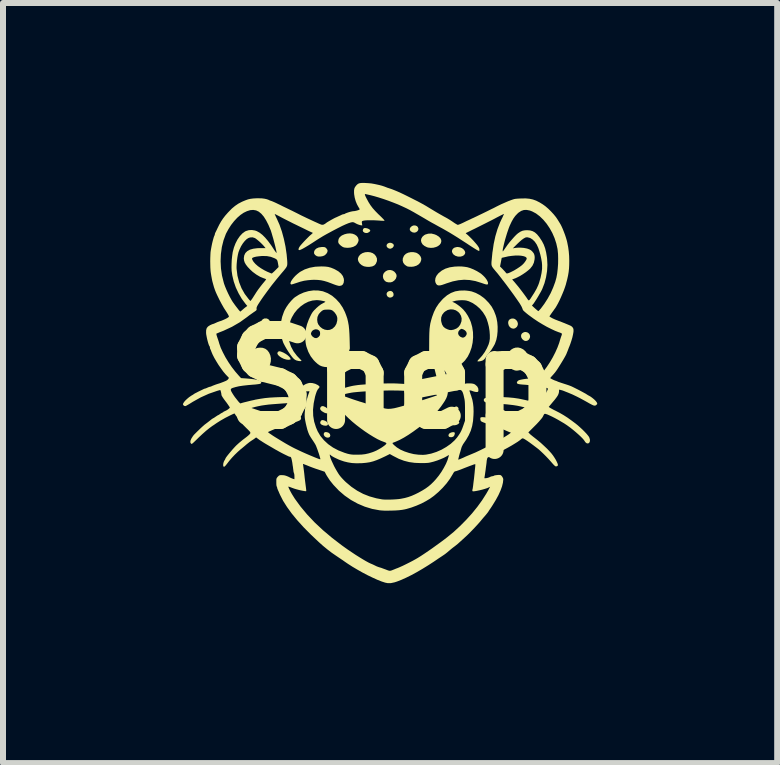
<source format=kicad_pcb>
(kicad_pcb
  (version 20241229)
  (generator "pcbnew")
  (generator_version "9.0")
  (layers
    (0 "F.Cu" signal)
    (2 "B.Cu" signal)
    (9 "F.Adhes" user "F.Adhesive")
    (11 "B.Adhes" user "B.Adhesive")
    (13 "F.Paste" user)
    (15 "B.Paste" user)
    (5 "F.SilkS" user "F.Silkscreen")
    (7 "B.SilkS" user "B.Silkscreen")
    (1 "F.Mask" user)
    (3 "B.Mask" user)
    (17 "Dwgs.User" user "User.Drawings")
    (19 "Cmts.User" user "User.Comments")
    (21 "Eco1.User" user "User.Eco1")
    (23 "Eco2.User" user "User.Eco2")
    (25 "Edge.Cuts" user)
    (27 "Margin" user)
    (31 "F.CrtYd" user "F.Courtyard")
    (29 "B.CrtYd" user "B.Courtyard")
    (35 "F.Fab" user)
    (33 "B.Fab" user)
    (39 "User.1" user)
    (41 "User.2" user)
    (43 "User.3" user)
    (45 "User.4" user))
  (footprint "Snep"
    (layer "F.Cu")
    (at 3.482 3.274)
    (property "Reference" "Snep" (at 0 0 0) (layer "F.SilkS") (effects (font (size 1.5 1.5) (thickness 0.3))))
    (attr board_only exclude_from_pos_files exclude_from_bom)
    (fp_poly (pts (xy -1.083 0.881) (xy -1.082 0.881) (xy -1.052 0.892) (xy -1.032 0.911) (xy -1.025 0.936) (xy -1.025 0.937) (xy -1.031 0.958) (xy -1.048 0.97) (xy -1.071 0.973) (xy -1.096 0.967) (xy -1.118 0.952) (xy -1.132 0.93) (xy -1.135 0.911) (xy -1.127 0.89) (xy -1.11 0.88)) (stroke (width 0) (type solid)) (fill yes) (layer "F.SilkS"))
    (fp_poly (pts (xy -0.003 -1.469) (xy 0.017 -1.454) (xy 0.029 -1.428) (xy 0.03 -1.404) (xy 0.023 -1.386) (xy 0.005 -1.371) (xy -0.018 -1.363) (xy -0.041 -1.363) (xy -0.051 -1.367) (xy -0.074 -1.384) (xy -0.085 -1.407) (xy -0.086 -1.431) (xy -0.075 -1.452) (xy -0.058 -1.465) (xy -0.029 -1.474)) (stroke (width 0) (type solid)) (fill yes) (layer "F.SilkS"))
    (fp_poly (pts (xy -0.009 -2.274) (xy -0.004 -2.272) (xy 0.021 -2.259) (xy 0.034 -2.24) (xy 0.032 -2.219) (xy 0.016 -2.197) (xy 0.01 -2.191) (xy -0.017 -2.178) (xy -0.044 -2.179) (xy -0.069 -2.193) (xy -0.07 -2.194) (xy -0.086 -2.217) (xy -0.086 -2.239) (xy -0.074 -2.259) (xy -0.052 -2.272) (xy -0.031 -2.277)) (stroke (width 0) (type solid)) (fill yes) (layer "F.SilkS"))
    (fp_poly (pts (xy 0.395 -2.564) (xy 0.421 -2.553) (xy 0.435 -2.536) (xy 0.444 -2.511) (xy 0.44 -2.487) (xy 0.426 -2.467) (xy 0.405 -2.452) (xy 0.379 -2.445) (xy 0.35 -2.449) (xy 0.343 -2.452) (xy 0.315 -2.469) (xy 0.301 -2.49) (xy 0.301 -2.514) (xy 0.314 -2.536) (xy 0.338 -2.556) (xy 0.367 -2.566)) (stroke (width 0) (type solid)) (fill yes) (layer "F.SilkS"))
    (fp_poly (pts (xy 1.109 0.693) (xy 1.114 0.698) (xy 1.124 0.715) (xy 1.125 0.728) (xy 1.113 0.741) (xy 1.099 0.751) (xy 1.074 0.762) (xy 1.043 0.767) (xy 1.014 0.765) (xy 0.993 0.756) (xy 0.984 0.742) (xy 0.988 0.725) (xy 1.003 0.708) (xy 1.025 0.694) (xy 1.059 0.681) (xy 1.087 0.681)) (stroke (width 0) (type solid)) (fill yes) (layer "F.SilkS"))
    (fp_poly (pts (xy -1.143 0.681) (xy -1.112 0.691) (xy -1.087 0.706) (xy -1.07 0.725) (xy -1.063 0.744) (xy -1.068 0.762) (xy -1.07 0.764) (xy -1.085 0.772) (xy -1.11 0.774) (xy -1.139 0.769) (xy -1.146 0.767) (xy -1.175 0.754) (xy -1.191 0.736) (xy -1.193 0.715) (xy -1.182 0.693) (xy -1.169 0.682) (xy -1.153 0.68)) (stroke (width 0) (type solid)) (fill yes) (layer "F.SilkS"))
    (fp_poly (pts (xy 1.044 0.885) (xy 1.052 0.895) (xy 1.051 0.902) (xy 1.048 0.916) (xy 1.045 0.93) (xy 1.034 0.949) (xy 1.014 0.961) (xy 0.989 0.966) (xy 0.964 0.962) (xy 0.957 0.958) (xy 0.946 0.945) (xy 0.946 0.926) (xy 0.956 0.908) (xy 0.963 0.901) (xy 0.984 0.889) (xy 1.007 0.883) (xy 1.028 0.881)) (stroke (width 0) (type solid)) (fill yes) (layer "F.SilkS"))
    (fp_poly (pts (xy 2.261 -0.782) (xy 2.284 -0.766) (xy 2.3 -0.744) (xy 2.306 -0.716) (xy 2.302 -0.69) (xy 2.286 -0.662) (xy 2.263 -0.645) (xy 2.236 -0.638) (xy 2.207 -0.645) (xy 2.201 -0.649) (xy 2.175 -0.671) (xy 2.159 -0.698) (xy 2.155 -0.726) (xy 2.162 -0.753) (xy 2.177 -0.77) (xy 2.205 -0.786) (xy 2.234 -0.789)) (stroke (width 0) (type solid)) (fill yes) (layer "F.SilkS"))
    (fp_poly (pts (xy -2.062 -1.005) (xy -2.041 -0.985) (xy -2.03 -0.958) (xy -2.029 -0.926) (xy -2.039 -0.893) (xy -2.058 -0.87) (xy -2.084 -0.853) (xy -2.113 -0.845) (xy -2.14 -0.847) (xy -2.143 -0.848) (xy -2.168 -0.865) (xy -2.184 -0.892) (xy -2.19 -0.922) (xy -2.185 -0.954) (xy -2.175 -0.974) (xy -2.151 -1.001) (xy -2.124 -1.014) (xy -2.091 -1.015)) (stroke (width 0) (type solid)) (fill yes) (layer "F.SilkS"))
    (fp_poly (pts (xy -2.278 -0.779) (xy -2.268 -0.771) (xy -2.253 -0.747) (xy -2.249 -0.718) (xy -2.257 -0.69) (xy -2.276 -0.666) (xy -2.294 -0.653) (xy -2.311 -0.645) (xy -2.323 -0.643) (xy -2.338 -0.647) (xy -2.352 -0.653) (xy -2.374 -0.67) (xy -2.39 -0.696) (xy -2.395 -0.725) (xy -2.394 -0.738) (xy -2.382 -0.763) (xy -2.36 -0.78) (xy -2.333 -0.789) (xy -2.304 -0.789)) (stroke (width 0) (type solid)) (fill yes) (layer "F.SilkS"))
    (fp_poly (pts (xy -1.788 -0.121) (xy -1.762 -0.105) (xy -1.745 -0.081) (xy -1.735 -0.049) (xy -1.736 -0.017) (xy -1.746 0.012) (xy -1.764 0.037) (xy -1.787 0.056) (xy -1.814 0.066) (xy -1.843 0.065) (xy -1.867 0.054) (xy -1.891 0.034) (xy -1.905 0.01) (xy -1.911 -0.007) (xy -1.914 -0.044) (xy -1.905 -0.076) (xy -1.885 -0.102) (xy -1.856 -0.12) (xy -1.823 -0.125)) (stroke (width 0) (type solid)) (fill yes) (layer "F.SilkS"))
    (fp_poly (pts (xy -0.435 -2.522) (xy -0.43 -2.521) (xy -0.404 -2.515) (xy -0.38 -2.504) (xy -0.364 -2.491) (xy -0.358 -2.479) (xy -0.364 -2.467) (xy -0.379 -2.454) (xy -0.399 -2.443) (xy -0.413 -2.439) (xy -0.433 -2.439) (xy -0.455 -2.445) (xy -0.455 -2.445) (xy -0.476 -2.46) (xy -0.484 -2.48) (xy -0.478 -2.502) (xy -0.476 -2.506) (xy -0.466 -2.518) (xy -0.455 -2.522)) (stroke (width 0) (type solid)) (fill yes) (layer "F.SilkS"))
    (fp_poly (pts (xy 2.051 -1.006) (xy 2.075 -0.988) (xy 2.093 -0.963) (xy 2.102 -0.935) (xy 2.101 -0.906) (xy 2.088 -0.878) (xy 2.082 -0.871) (xy 2.055 -0.85) (xy 2.025 -0.844) (xy 1.994 -0.852) (xy 1.968 -0.871) (xy 1.949 -0.9) (xy 1.941 -0.934) (xy 1.94 -0.941) (xy 1.945 -0.973) (xy 1.962 -0.996) (xy 1.99 -1.011) (xy 1.991 -1.011) (xy 2.023 -1.014)) (stroke (width 0) (type solid)) (fill yes) (layer "F.SilkS"))
    (fp_poly (pts (xy -1.14 0.448) (xy -1.111 0.461) (xy -1.1 0.467) (xy -1.081 0.482) (xy -1.063 0.503) (xy -1.051 0.523) (xy -1.048 0.536) (xy -1.054 0.551) (xy -1.069 0.563) (xy -1.087 0.568) (xy -1.087 0.568) (xy -1.103 0.564) (xy -1.125 0.556) (xy -1.132 0.552) (xy -1.168 0.53) (xy -1.189 0.508) (xy -1.195 0.486) (xy -1.187 0.465) (xy -1.18 0.457) (xy -1.163 0.447)) (stroke (width 0) (type solid)) (fill yes) (layer "F.SilkS"))
    (fp_poly (pts (xy 0.008 -1.815) (xy 0.041 -1.796) (xy 0.063 -1.771) (xy 0.076 -1.749) (xy 0.08 -1.729) (xy 0.079 -1.711) (xy 0.068 -1.678) (xy 0.045 -1.649) (xy 0.013 -1.626) (xy -0.016 -1.617) (xy -0.05 -1.616) (xy -0.083 -1.622) (xy -0.101 -1.63) (xy -0.127 -1.654) (xy -0.143 -1.685) (xy -0.148 -1.72) (xy -0.141 -1.754) (xy -0.129 -1.775) (xy -0.099 -1.803) (xy -0.065 -1.819) (xy -0.028 -1.823)) (stroke (width 0) (type solid)) (fill yes) (layer "F.SilkS"))
    (fp_poly (pts (xy 1.768 -0.127) (xy 1.796 -0.109) (xy 1.813 -0.089) (xy 1.827 -0.057) (xy 1.829 -0.023) (xy 1.82 0.01) (xy 1.801 0.037) (xy 1.774 0.056) (xy 1.752 0.064) (xy 1.734 0.065) (xy 1.715 0.059) (xy 1.706 0.055) (xy 1.679 0.036) (xy 1.661 0.007) (xy 1.653 -0.03) (xy 1.653 -0.039) (xy 1.654 -0.064) (xy 1.663 -0.083) (xy 1.676 -0.1) (xy 1.706 -0.123) (xy 1.737 -0.132)) (stroke (width 0) (type solid)) (fill yes) (layer "F.SilkS"))
    (fp_poly (pts (xy -1.859 -0.465) (xy -1.848 -0.462) (xy -1.808 -0.446) (xy -1.769 -0.424) (xy -1.734 -0.399) (xy -1.706 -0.373) (xy -1.693 -0.354) (xy -1.687 -0.339) (xy -1.688 -0.332) (xy -1.694 -0.329) (xy -1.721 -0.325) (xy -1.757 -0.329) (xy -1.797 -0.341) (xy -1.805 -0.344) (xy -1.841 -0.362) (xy -1.872 -0.383) (xy -1.895 -0.405) (xy -1.907 -0.426) (xy -1.905 -0.445) (xy -1.897 -0.457) (xy -1.886 -0.465) (xy -1.876 -0.468)) (stroke (width 0) (type solid)) (fill yes) (layer "F.SilkS"))
    (fp_poly (pts (xy 1.09 0.457) (xy 1.096 0.461) (xy 1.111 0.477) (xy 1.113 0.496) (xy 1.103 0.515) (xy 1.083 0.533) (xy 1.052 0.547) (xy 1.044 0.55) (xy 1.021 0.557) (xy 1.007 0.56) (xy 0.998 0.559) (xy 0.989 0.554) (xy 0.987 0.553) (xy 0.976 0.542) (xy 0.974 0.535) (xy 0.98 0.519) (xy 0.995 0.5) (xy 1.016 0.481) (xy 1.04 0.466) (xy 1.046 0.463) (xy 1.066 0.455) (xy 1.079 0.453)) (stroke (width 0) (type solid)) (fill yes) (layer "F.SilkS"))
    (fp_poly (pts (xy 1.138 -2.2) (xy 1.171 -2.186) (xy 1.199 -2.164) (xy 1.218 -2.138) (xy 1.225 -2.11) (xy 1.225 -2.109) (xy 1.219 -2.09) (xy 1.203 -2.069) (xy 1.203 -2.069) (xy 1.175 -2.053) (xy 1.141 -2.045) (xy 1.103 -2.046) (xy 1.067 -2.057) (xy 1.065 -2.057) (xy 1.032 -2.078) (xy 1.012 -2.104) (xy 1.003 -2.13) (xy 1.007 -2.156) (xy 1.022 -2.179) (xy 1.047 -2.196) (xy 1.083 -2.205) (xy 1.101 -2.206)) (stroke (width 0) (type solid)) (fill yes) (layer "F.SilkS"))
    (fp_poly (pts (xy -1.133 -2.205) (xy -1.115 -2.202) (xy -1.102 -2.194) (xy -1.091 -2.184) (xy -1.074 -2.159) (xy -1.07 -2.141) (xy -1.076 -2.117) (xy -1.092 -2.092) (xy -1.115 -2.07) (xy -1.129 -2.062) (xy -1.157 -2.052) (xy -1.191 -2.047) (xy -1.224 -2.047) (xy -1.25 -2.053) (xy -1.251 -2.054) (xy -1.279 -2.073) (xy -1.295 -2.097) (xy -1.296 -2.125) (xy -1.284 -2.154) (xy -1.283 -2.156) (xy -1.256 -2.181) (xy -1.218 -2.198) (xy -1.172 -2.205) (xy -1.16 -2.206)) (stroke (width 0) (type solid)) (fill yes) (layer "F.SilkS"))
    (fp_poly (pts (xy 0.405 -2.111) (xy 0.424 -2.102) (xy 0.455 -2.08) (xy 0.478 -2.051) (xy 0.491 -2.019) (xy 0.491 -1.989) (xy 0.477 -1.95) (xy 0.45 -1.918) (xy 0.414 -1.895) (xy 0.367 -1.88) (xy 0.329 -1.876) (xy 0.287 -1.877) (xy 0.258 -1.883) (xy 0.255 -1.884) (xy 0.218 -1.909) (xy 0.193 -1.94) (xy 0.182 -1.976) (xy 0.184 -2.015) (xy 0.2 -2.053) (xy 0.208 -2.066) (xy 0.236 -2.093) (xy 0.273 -2.111) (xy 0.316 -2.12) (xy 0.361 -2.12)) (stroke (width 0) (type solid)) (fill yes) (layer "F.SilkS"))
    (fp_poly (pts (xy 0.713 -2.417) (xy 0.743 -2.405) (xy 0.783 -2.38) (xy 0.81 -2.353) (xy 0.824 -2.323) (xy 0.826 -2.301) (xy 0.819 -2.271) (xy 0.8 -2.244) (xy 0.772 -2.222) (xy 0.736 -2.205) (xy 0.695 -2.194) (xy 0.652 -2.191) (xy 0.608 -2.196) (xy 0.587 -2.202) (xy 0.545 -2.223) (xy 0.514 -2.249) (xy 0.495 -2.28) (xy 0.487 -2.312) (xy 0.492 -2.344) (xy 0.509 -2.375) (xy 0.538 -2.401) (xy 0.558 -2.413) (xy 0.608 -2.428) (xy 0.66 -2.43)) (stroke (width 0) (type solid)) (fill yes) (layer "F.SilkS"))
    (fp_poly (pts (xy -0.356 -2.117) (xy -0.317 -2.103) (xy -0.284 -2.079) (xy -0.261 -2.048) (xy -0.247 -2.013) (xy -0.247 -1.976) (xy -0.25 -1.963) (xy -0.266 -1.925) (xy -0.291 -1.898) (xy -0.326 -1.882) (xy -0.37 -1.875) (xy -0.388 -1.874) (xy -0.42 -1.876) (xy -0.45 -1.881) (xy -0.468 -1.886) (xy -0.503 -1.904) (xy -0.532 -1.929) (xy -0.553 -1.959) (xy -0.564 -1.99) (xy -0.564 -2.017) (xy -0.549 -2.052) (xy -0.523 -2.082) (xy -0.488 -2.104) (xy -0.445 -2.118) (xy -0.398 -2.122)) (stroke (width 0) (type solid)) (fill yes) (layer "F.SilkS"))
    (fp_poly (pts (xy 1.798 -0.468) (xy 1.811 -0.462) (xy 1.815 -0.459) (xy 1.827 -0.442) (xy 1.825 -0.42) (xy 1.811 -0.393) (xy 1.807 -0.389) (xy 1.788 -0.371) (xy 1.762 -0.354) (xy 1.73 -0.34) (xy 1.697 -0.328) (xy 1.665 -0.32) (xy 1.637 -0.317) (xy 1.615 -0.319) (xy 1.604 -0.328) (xy 1.603 -0.329) (xy 1.606 -0.34) (xy 1.618 -0.358) (xy 1.638 -0.379) (xy 1.661 -0.401) (xy 1.687 -0.422) (xy 1.712 -0.44) (xy 1.728 -0.448) (xy 1.759 -0.462) (xy 1.781 -0.468)) (stroke (width 0) (type solid)) (fill yes) (layer "F.SilkS"))
    (fp_poly (pts (xy 2.15 -0.52) (xy 2.192 -0.499) (xy 2.232 -0.463) (xy 2.233 -0.462) (xy 2.262 -0.419) (xy 2.277 -0.372) (xy 2.278 -0.323) (xy 2.266 -0.273) (xy 2.24 -0.223) (xy 2.23 -0.209) (xy 2.203 -0.184) (xy 2.167 -0.164) (xy 2.127 -0.15) (xy 2.086 -0.144) (xy 2.055 -0.147) (xy 2.007 -0.166) (xy 1.969 -0.196) (xy 1.941 -0.235) (xy 1.924 -0.284) (xy 1.92 -0.318) (xy 1.922 -0.373) (xy 1.935 -0.42) (xy 1.957 -0.461) (xy 1.988 -0.493) (xy 2.024 -0.515) (xy 2.064 -0.528) (xy 2.107 -0.53)) (stroke (width 0) (type solid)) (fill yes) (layer "F.SilkS"))
    (fp_poly (pts (xy -0.653 -2.427) (xy -0.615 -2.412) (xy -0.584 -2.39) (xy -0.563 -2.361) (xy -0.554 -2.328) (xy -0.553 -2.321) (xy -0.559 -2.294) (xy -0.573 -2.264) (xy -0.593 -2.238) (xy -0.605 -2.228) (xy -0.643 -2.208) (xy -0.689 -2.196) (xy -0.738 -2.192) (xy -0.785 -2.196) (xy -0.804 -2.201) (xy -0.823 -2.21) (xy -0.847 -2.227) (xy -0.861 -2.239) (xy -0.879 -2.258) (xy -0.889 -2.273) (xy -0.892 -2.29) (xy -0.893 -2.302) (xy -0.886 -2.34) (xy -0.866 -2.372) (xy -0.833 -2.398) (xy -0.788 -2.418) (xy -0.745 -2.429) (xy -0.698 -2.433)) (stroke (width 0) (type solid)) (fill yes) (layer "F.SilkS"))
    (fp_poly (pts (xy -2.153 -0.525) (xy -2.114 -0.511) (xy -2.112 -0.511) (xy -2.074 -0.483) (xy -2.045 -0.445) (xy -2.025 -0.399) (xy -2.015 -0.349) (xy -2.017 -0.297) (xy -2.029 -0.248) (xy -2.052 -0.205) (xy -2.085 -0.172) (xy -2.125 -0.151) (xy -2.171 -0.141) (xy -2.221 -0.144) (xy -2.243 -0.15) (xy -2.269 -0.163) (xy -2.297 -0.187) (xy -2.324 -0.216) (xy -2.345 -0.246) (xy -2.356 -0.269) (xy -2.364 -0.303) (xy -2.368 -0.342) (xy -2.367 -0.379) (xy -2.361 -0.409) (xy -2.36 -0.411) (xy -2.338 -0.452) (xy -2.307 -0.488) (xy -2.28 -0.508) (xy -2.242 -0.523) (xy -2.198 -0.528)) (stroke (width 0) (type solid)) (fill yes) (layer "F.SilkS"))
    (fp_poly (pts (xy 1.167 -1.881) (xy 1.214 -1.876) (xy 1.253 -1.87) (xy 1.255 -1.87) (xy 1.306 -1.855) (xy 1.363 -1.832) (xy 1.419 -1.804) (xy 1.47 -1.773) (xy 1.489 -1.76) (xy 1.524 -1.729) (xy 1.555 -1.697) (xy 1.58 -1.664) (xy 1.597 -1.633) (xy 1.605 -1.607) (xy 1.604 -1.593) (xy 1.6 -1.585) (xy 1.593 -1.58) (xy 1.58 -1.581) (xy 1.559 -1.585) (xy 1.529 -1.595) (xy 1.491 -1.608) (xy 1.394 -1.638) (xy 1.299 -1.655) (xy 1.206 -1.66) (xy 1.112 -1.652) (xy 1.014 -1.632) (xy 0.911 -1.599) (xy 0.884 -1.589) (xy 0.837 -1.573) (xy 0.802 -1.565) (xy 0.774 -1.566) (xy 0.758 -1.572) (xy 0.742 -1.588) (xy 0.729 -1.613) (xy 0.723 -1.641) (xy 0.723 -1.646) (xy 0.728 -1.687) (xy 0.744 -1.724) (xy 0.773 -1.762) (xy 0.782 -1.771) (xy 0.834 -1.813) (xy 0.895 -1.845) (xy 0.966 -1.867) (xy 1.048 -1.879) (xy 1.118 -1.882)) (stroke (width 0) (type solid)) (fill yes) (layer "F.SilkS"))
    (fp_poly (pts (xy -1.173 -1.882) (xy -1.112 -1.88) (xy -1.061 -1.874) (xy -1.014 -1.861) (xy -0.967 -1.842) (xy -0.948 -1.833) (xy -0.89 -1.8) (xy -0.846 -1.762) (xy -0.816 -1.722) (xy -0.8 -1.678) (xy -0.797 -1.65) (xy -0.802 -1.61) (xy -0.816 -1.581) (xy -0.84 -1.563) (xy -0.873 -1.557) (xy -0.874 -1.557) (xy -0.894 -1.56) (xy -0.926 -1.569) (xy -0.966 -1.583) (xy -1.007 -1.599) (xy -1.071 -1.623) (xy -1.128 -1.64) (xy -1.18 -1.651) (xy -1.233 -1.657) (xy -1.291 -1.659) (xy -1.332 -1.658) (xy -1.399 -1.652) (xy -1.462 -1.643) (xy -1.526 -1.627) (xy -1.596 -1.604) (xy -1.615 -1.598) (xy -1.642 -1.589) (xy -1.664 -1.583) (xy -1.678 -1.581) (xy -1.679 -1.582) (xy -1.689 -1.592) (xy -1.688 -1.61) (xy -1.679 -1.634) (xy -1.661 -1.662) (xy -1.638 -1.692) (xy -1.609 -1.724) (xy -1.576 -1.754) (xy -1.541 -1.782) (xy -1.525 -1.793) (xy -1.452 -1.832) (xy -1.369 -1.86) (xy -1.277 -1.877) (xy -1.175 -1.882)) (stroke (width 0) (type solid)) (fill yes) (layer "F.SilkS"))
    (fp_poly (pts (xy -0.458 -3.274) (xy -0.441 -3.273) (xy -0.403 -3.271) (xy -0.366 -3.268) (xy -0.336 -3.265) (xy -0.321 -3.262) (xy -0.292 -3.257) (xy -0.258 -3.25) (xy -0.24 -3.246) (xy -0.204 -3.238) (xy -0.163 -3.227) (xy -0.124 -3.214) (xy -0.093 -3.202) (xy -0.092 -3.202) (xy -0.076 -3.195) (xy -0.053 -3.188) (xy -0.048 -3.186) (xy -0.023 -3.178) (xy 0.006 -3.168) (xy 0.018 -3.163) (xy 0.041 -3.154) (xy 0.063 -3.145) (xy 0.087 -3.135) (xy 0.119 -3.121) (xy 0.131 -3.116) (xy 0.156 -3.104) (xy 0.192 -3.087) (xy 0.235 -3.066) (xy 0.283 -3.042) (xy 0.333 -3.017) (xy 0.384 -2.991) (xy 0.432 -2.967) (xy 0.475 -2.944) (xy 0.51 -2.925) (xy 0.536 -2.911) (xy 0.542 -2.907) (xy 0.57 -2.891) (xy 0.606 -2.869) (xy 0.647 -2.844) (xy 0.689 -2.819) (xy 0.705 -2.809) (xy 0.747 -2.784) (xy 0.792 -2.758) (xy 0.836 -2.733) (xy 0.873 -2.712) (xy 0.883 -2.707) (xy 0.923 -2.685) (xy 0.966 -2.659) (xy 1.006 -2.633) (xy 1.023 -2.621) (xy 1.051 -2.602) (xy 1.076 -2.587) (xy 1.094 -2.577) (xy 1.102 -2.575) (xy 1.113 -2.578) (xy 1.135 -2.586) (xy 1.165 -2.599) (xy 1.199 -2.615) (xy 1.213 -2.622) (xy 1.25 -2.64) (xy 1.285 -2.656) (xy 1.315 -2.67) (xy 1.335 -2.68) (xy 1.339 -2.682) (xy 1.356 -2.689) (xy 1.383 -2.702) (xy 1.419 -2.719) (xy 1.46 -2.739) (xy 1.504 -2.76) (xy 1.549 -2.782) (xy 1.592 -2.803) (xy 1.632 -2.823) (xy 1.666 -2.84) (xy 1.692 -2.852) (xy 1.707 -2.86) (xy 1.708 -2.86) (xy 1.74 -2.877) (xy 1.78 -2.897) (xy 1.825 -2.919) (xy 1.871 -2.939) (xy 1.912 -2.957) (xy 1.945 -2.971) (xy 1.951 -2.973) (xy 1.97 -2.98) (xy 1.984 -2.986) (xy 2.013 -2.996) (xy 2.038 -3.004) (xy 2.064 -3.009) (xy 2.096 -3.012) (xy 2.136 -3.014) (xy 2.162 -3.015) (xy 2.234 -3.016) (xy 2.297 -3.01) (xy 2.353 -2.998) (xy 2.408 -2.978) (xy 2.465 -2.949) (xy 2.514 -2.919) (xy 2.559 -2.887) (xy 2.607 -2.846) (xy 2.655 -2.799) (xy 2.7 -2.75) (xy 2.738 -2.703) (xy 2.761 -2.669) (xy 2.779 -2.64) (xy 2.797 -2.611) (xy 2.811 -2.588) (xy 2.812 -2.587) (xy 2.829 -2.554) (xy 2.849 -2.51) (xy 2.869 -2.46) (xy 2.889 -2.407) (xy 2.906 -2.355) (xy 2.92 -2.307) (xy 2.925 -2.285) (xy 2.941 -2.204) (xy 2.951 -2.13) (xy 2.957 -2.056) (xy 2.959 -1.976) (xy 2.958 -1.907) (xy 2.955 -1.846) (xy 2.949 -1.789) (xy 2.939 -1.73) (xy 2.925 -1.667) (xy 2.906 -1.595) (xy 2.903 -1.582) (xy 2.888 -1.536) (xy 2.869 -1.483) (xy 2.846 -1.427) (xy 2.821 -1.369) (xy 2.796 -1.314) (xy 2.77 -1.263) (xy 2.746 -1.22) (xy 2.726 -1.187) (xy 2.72 -1.18) (xy 2.71 -1.166) (xy 2.694 -1.143) (xy 2.675 -1.117) (xy 2.667 -1.106) (xy 2.628 -1.049) (xy 2.647 -1.035) (xy 2.679 -1.017) (xy 2.723 -0.997) (xy 2.779 -0.975) (xy 2.781 -0.974) (xy 2.804 -0.966) (xy 2.823 -0.959) (xy 2.824 -0.958) (xy 2.844 -0.95) (xy 2.859 -0.944) (xy 2.88 -0.936) (xy 2.894 -0.93) (xy 2.935 -0.913) (xy 2.966 -0.9) (xy 2.987 -0.89) (xy 3.001 -0.88) (xy 3.011 -0.871) (xy 3.019 -0.859) (xy 3.027 -0.844) (xy 3.03 -0.826) (xy 3.03 -0.801) (xy 3.029 -0.789) (xy 3.022 -0.748) (xy 3.011 -0.698) (xy 2.995 -0.644) (xy 2.977 -0.59) (xy 2.962 -0.55) (xy 2.954 -0.532) (xy 2.944 -0.505) (xy 2.933 -0.476) (xy 2.933 -0.476) (xy 2.92 -0.444) (xy 2.91 -0.419) (xy 2.899 -0.397) (xy 2.886 -0.373) (xy 2.868 -0.342) (xy 2.86 -0.328) (xy 2.823 -0.267) (xy 2.792 -0.217) (xy 2.766 -0.176) (xy 2.743 -0.142) (xy 2.722 -0.114) (xy 2.701 -0.089) (xy 2.689 -0.075) (xy 2.668 -0.052) (xy 2.652 -0.034) (xy 2.643 -0.022) (xy 2.642 -0.019) (xy 2.662 -0.007) (xy 2.69 0.007) (xy 2.717 0.019) (xy 2.726 0.022) (xy 2.746 0.029) (xy 2.761 0.035) (xy 2.763 0.037) (xy 2.772 0.041) (xy 2.793 0.048) (xy 2.822 0.058) (xy 2.856 0.069) (xy 2.859 0.07) (xy 2.896 0.082) (xy 2.93 0.093) (xy 2.959 0.103) (xy 2.977 0.11) (xy 2.999 0.119) (xy 3.03 0.134) (xy 3.068 0.153) (xy 3.108 0.173) (xy 3.148 0.194) (xy 3.185 0.214) (xy 3.216 0.231) (xy 3.238 0.243) (xy 3.242 0.246) (xy 3.265 0.261) (xy 3.288 0.274) (xy 3.294 0.277) (xy 3.318 0.291) (xy 3.346 0.312) (xy 3.374 0.335) (xy 3.398 0.359) (xy 3.414 0.379) (xy 3.418 0.385) (xy 3.425 0.402) (xy 3.425 0.412) (xy 3.415 0.423) (xy 3.411 0.427) (xy 3.4 0.435) (xy 3.389 0.439) (xy 3.375 0.439) (xy 3.356 0.433) (xy 3.331 0.421) (xy 3.297 0.403) (xy 3.264 0.384) (xy 3.203 0.35) (xy 3.142 0.317) (xy 3.083 0.287) (xy 3.031 0.262) (xy 3.01 0.252) (xy 2.974 0.237) (xy 2.936 0.221) (xy 2.9 0.207) (xy 2.868 0.194) (xy 2.843 0.185) (xy 2.832 0.182) (xy 2.812 0.177) (xy 2.8 0.173) (xy 2.793 0.172) (xy 2.789 0.181) (xy 2.789 0.199) (xy 2.786 0.222) (xy 2.779 0.246) (xy 2.766 0.273) (xy 2.745 0.304) (xy 2.716 0.342) (xy 2.687 0.376) (xy 2.617 0.46) (xy 2.635 0.473) (xy 2.648 0.481) (xy 2.672 0.494) (xy 2.701 0.51) (xy 2.73 0.524) (xy 2.798 0.559) (xy 2.864 0.597) (xy 2.931 0.64) (xy 3.002 0.691) (xy 3.065 0.738) (xy 3.102 0.768) (xy 3.14 0.802) (xy 3.178 0.837) (xy 3.214 0.873) (xy 3.246 0.907) (xy 3.271 0.937) (xy 3.288 0.96) (xy 3.292 0.968) (xy 3.303 1.001) (xy 3.304 1.029) (xy 3.297 1.051) (xy 3.284 1.065) (xy 3.267 1.07) (xy 3.247 1.065) (xy 3.227 1.048) (xy 3.213 1.026) (xy 3.2 1.008) (xy 3.177 0.982) (xy 3.146 0.951) (xy 3.108 0.916) (xy 3.067 0.88) (xy 3.024 0.844) (xy 2.98 0.809) (xy 2.939 0.779) (xy 2.921 0.766) (xy 2.874 0.735) (xy 2.823 0.705) (xy 2.772 0.675) (xy 2.721 0.647) (xy 2.672 0.622) (xy 2.629 0.602) (xy 2.593 0.586) (xy 2.565 0.577) (xy 2.552 0.575) (xy 2.54 0.582) (xy 2.532 0.596) (xy 2.522 0.617) (xy 2.507 0.642) (xy 2.484 0.67) (xy 2.454 0.705) (xy 2.415 0.747) (xy 2.379 0.783) (xy 2.277 0.885) (xy 2.295 0.904) (xy 2.308 0.917) (xy 2.33 0.935) (xy 2.357 0.957) (xy 2.379 0.974) (xy 2.431 1.015) (xy 2.485 1.06) (xy 2.538 1.109) (xy 2.588 1.156) (xy 2.631 1.201) (xy 2.663 1.237) (xy 2.689 1.271) (xy 2.713 1.307) (xy 2.735 1.343) (xy 2.752 1.377) (xy 2.765 1.406) (xy 2.77 1.427) (xy 2.769 1.438) (xy 2.756 1.448) (xy 2.743 1.452) (xy 2.735 1.452) (xy 2.726 1.449) (xy 2.716 1.441) (xy 2.701 1.427) (xy 2.681 1.405) (xy 2.654 1.374) (xy 2.646 1.365) (xy 2.611 1.326) (xy 2.572 1.285) (xy 2.53 1.243) (xy 2.49 1.205) (xy 2.454 1.172) (xy 2.429 1.152) (xy 2.362 1.101) (xy 2.304 1.058) (xy 2.257 1.025) (xy 2.22 1.001) (xy 2.194 0.987) (xy 2.179 0.984) (xy 2.164 0.992) (xy 2.163 0.993) (xy 2.137 1.015) (xy 2.099 1.042) (xy 2.051 1.072) (xy 1.997 1.105) (xy 1.937 1.139) (xy 1.874 1.173) (xy 1.811 1.206) (xy 1.748 1.237) (xy 1.689 1.264) (xy 1.653 1.28) (xy 1.627 1.291) (xy 1.607 1.301) (xy 1.596 1.308) (xy 1.596 1.308) (xy 1.591 1.32) (xy 1.586 1.341) (xy 1.583 1.357) (xy 1.58 1.39) (xy 1.575 1.429) (xy 1.569 1.472) (xy 1.564 1.514) (xy 1.558 1.555) (xy 1.553 1.591) (xy 1.549 1.618) (xy 1.546 1.635) (xy 1.545 1.639) (xy 1.544 1.647) (xy 1.55 1.65) (xy 1.565 1.649) (xy 1.576 1.648) (xy 1.604 1.642) (xy 1.629 1.633) (xy 1.636 1.629) (xy 1.657 1.62) (xy 1.675 1.616) (xy 1.677 1.616) (xy 1.693 1.613) (xy 1.701 1.609) (xy 1.713 1.603) (xy 1.735 1.599) (xy 1.761 1.596) (xy 1.787 1.594) (xy 1.807 1.596) (xy 1.81 1.596) (xy 1.828 1.607) (xy 1.844 1.628) (xy 1.856 1.652) (xy 1.859 1.672) (xy 1.853 1.725) (xy 1.838 1.786) (xy 1.813 1.855) (xy 1.779 1.93) (xy 1.736 2.009) (xy 1.686 2.091) (xy 1.661 2.13) (xy 1.642 2.158) (xy 1.626 2.181) (xy 1.615 2.198) (xy 1.612 2.204) (xy 1.597 2.225) (xy 1.572 2.256) (xy 1.549 2.283) (xy 1.533 2.301) (xy 1.511 2.327) (xy 1.487 2.356) (xy 1.469 2.378) (xy 1.426 2.426) (xy 1.377 2.479) (xy 1.323 2.535) (xy 1.266 2.592) (xy 1.208 2.646) (xy 1.152 2.697) (xy 1.101 2.743) (xy 1.055 2.78) (xy 1.031 2.798) (xy 1.01 2.814) (xy 0.983 2.836) (xy 0.956 2.859) (xy 0.952 2.862) (xy 0.924 2.886) (xy 0.895 2.909) (xy 0.87 2.927) (xy 0.867 2.929) (xy 0.849 2.941) (xy 0.822 2.959) (xy 0.787 2.982) (xy 0.749 3.008) (xy 0.709 3.035) (xy 0.708 3.036) (xy 0.611 3.099) (xy 0.514 3.159) (xy 0.418 3.215) (xy 0.326 3.265) (xy 0.239 3.308) (xy 0.159 3.344) (xy 0.087 3.372) (xy 0.047 3.385) (xy -0.014 3.398) (xy -0.071 3.398) (xy -0.111 3.39) (xy -0.172 3.37) (xy -0.242 3.342) (xy -0.319 3.307) (xy -0.402 3.267) (xy -0.486 3.223) (xy -0.571 3.175) (xy -0.654 3.126) (xy -0.732 3.076) (xy -0.789 3.037) (xy -0.814 3.019) (xy -0.847 2.997) (xy -0.884 2.972) (xy -0.921 2.947) (xy -0.924 2.945) (xy -1.001 2.892) (xy -1.073 2.837) (xy -1.146 2.777) (xy -1.211 2.719) (xy -1.346 2.592) (xy -1.467 2.47) (xy -1.574 2.352) (xy -1.667 2.239) (xy -1.746 2.13) (xy -1.812 2.026) (xy -1.863 1.926) (xy -1.878 1.892) (xy -1.888 1.868) (xy -1.899 1.845) (xy -1.9 1.841) (xy -1.908 1.822) (xy -1.911 1.807) (xy -1.914 1.793) (xy -1.918 1.789) (xy -1.918 1.788) (xy -1.724 1.788) (xy -1.724 1.797) (xy -1.716 1.816) (xy -1.703 1.843) (xy -1.686 1.876) (xy -1.666 1.912) (xy -1.643 1.949) (xy -1.621 1.984) (xy -1.618 1.989) (xy -1.521 2.122) (xy -1.41 2.255) (xy -1.285 2.387) (xy -1.146 2.517) (xy -0.995 2.644) (xy -0.832 2.769) (xy -0.793 2.797) (xy -0.731 2.841) (xy -0.667 2.884) (xy -0.604 2.926) (xy -0.542 2.965) (xy -0.485 3) (xy -0.434 3.03) (xy -0.39 3.054) (xy -0.355 3.071) (xy -0.348 3.074) (xy -0.326 3.083) (xy -0.298 3.096) (xy -0.28 3.105) (xy -0.251 3.119) (xy -0.219 3.131) (xy -0.203 3.136) (xy -0.178 3.143) (xy -0.146 3.155) (xy -0.113 3.167) (xy -0.107 3.169) (xy -0.074 3.182) (xy -0.05 3.19) (xy -0.031 3.193) (xy -0.015 3.19) (xy 0.005 3.184) (xy 0.013 3.18) (xy 0.039 3.17) (xy 0.07 3.157) (xy 0.1 3.146) (xy 0.137 3.13) (xy 0.184 3.109) (xy 0.237 3.083) (xy 0.291 3.056) (xy 0.345 3.028) (xy 0.394 3.001) (xy 0.434 2.978) (xy 0.435 2.977) (xy 0.485 2.946) (xy 0.544 2.907) (xy 0.609 2.863) (xy 0.678 2.815) (xy 0.747 2.765) (xy 0.815 2.716) (xy 0.878 2.669) (xy 0.922 2.635) (xy 1.032 2.545) (xy 1.138 2.447) (xy 1.241 2.343) (xy 1.338 2.236) (xy 1.427 2.126) (xy 1.506 2.017) (xy 1.574 1.91) (xy 1.607 1.853) (xy 1.64 1.791) (xy 1.618 1.802) (xy 1.592 1.814) (xy 1.555 1.826) (xy 1.511 1.839) (xy 1.466 1.85) (xy 1.423 1.859) (xy 1.407 1.862) (xy 1.375 1.867) (xy 1.355 1.868) (xy 1.345 1.864) (xy 1.343 1.853) (xy 1.346 1.833) (xy 1.35 1.819) (xy 1.352 1.803) (xy 1.356 1.777) (xy 1.36 1.741) (xy 1.365 1.7) (xy 1.371 1.654) (xy 1.376 1.606) (xy 1.381 1.559) (xy 1.385 1.515) (xy 1.389 1.477) (xy 1.392 1.446) (xy 1.393 1.425) (xy 1.393 1.417) (xy 1.391 1.415) (xy 1.386 1.416) (xy 1.376 1.418) (xy 1.36 1.423) (xy 1.337 1.432) (xy 1.306 1.443) (xy 1.264 1.459) (xy 1.212 1.479) (xy 1.147 1.505) (xy 1.146 1.505) (xy 1.114 1.517) (xy 1.085 1.527) (xy 1.065 1.533) (xy 1.056 1.534) (xy 1.046 1.539) (xy 1.034 1.552) (xy 1.019 1.577) (xy 1.013 1.588) (xy 0.969 1.66) (xy 0.914 1.735) (xy 0.849 1.809) (xy 0.778 1.879) (xy 0.702 1.944) (xy 0.637 1.991) (xy 0.57 2.031) (xy 0.494 2.071) (xy 0.411 2.107) (xy 0.327 2.138) (xy 0.245 2.162) (xy 0.21 2.17) (xy 0.17 2.177) (xy 0.12 2.183) (xy 0.061 2.187) (xy -0.001 2.189) (xy -0.063 2.19) (xy -0.121 2.19) (xy -0.172 2.187) (xy -0.203 2.184) (xy -0.327 2.161) (xy -0.449 2.124) (xy -0.567 2.074) (xy -0.68 2.012) (xy -0.785 1.939) (xy -0.882 1.856) (xy -0.896 1.841) (xy -0.972 1.761) (xy -1.033 1.685) (xy -1.08 1.613) (xy -1.093 1.591) (xy -1.119 1.541) (xy -1.225 1.505) (xy -1.271 1.49) (xy -1.318 1.473) (xy -1.363 1.456) (xy -1.4 1.441) (xy -1.405 1.439) (xy -1.435 1.427) (xy -1.459 1.418) (xy -1.475 1.412) (xy -1.48 1.411) (xy -1.48 1.419) (xy -1.477 1.436) (xy -1.476 1.446) (xy -1.473 1.465) (xy -1.469 1.495) (xy -1.464 1.533) (xy -1.459 1.575) (xy -1.457 1.593) (xy -1.452 1.641) (xy -1.446 1.691) (xy -1.44 1.738) (xy -1.435 1.777) (xy -1.434 1.784) (xy -1.43 1.816) (xy -1.427 1.842) (xy -1.426 1.859) (xy -1.427 1.864) (xy -1.436 1.866) (xy -1.458 1.863) (xy -1.487 1.858) (xy -1.522 1.851) (xy -1.559 1.842) (xy -1.596 1.832) (xy -1.629 1.822) (xy -1.656 1.812) (xy -1.657 1.812) (xy -1.685 1.801) (xy -1.708 1.793) (xy -1.722 1.789) (xy -1.724 1.788) (xy -1.918 1.788) (xy -1.921 1.78) (xy -1.924 1.76) (xy -1.925 1.732) (xy -1.925 1.718) (xy -1.925 1.686) (xy -1.924 1.665) (xy -1.92 1.651) (xy -1.913 1.639) (xy -1.902 1.626) (xy -1.9 1.624) (xy -1.885 1.609) (xy -1.872 1.601) (xy -1.855 1.598) (xy -1.83 1.598) (xy -1.828 1.598) (xy -1.796 1.6) (xy -1.765 1.608) (xy -1.729 1.622) (xy -1.687 1.643) (xy -1.664 1.653) (xy -1.645 1.66) (xy -1.623 1.666) (xy -1.623 1.62) (xy -1.624 1.595) (xy -1.627 1.576) (xy -1.63 1.567) (xy -1.634 1.556) (xy -1.639 1.536) (xy -1.64 1.523) (xy -1.644 1.495) (xy -1.648 1.461) (xy -1.652 1.439) (xy -1.659 1.388) (xy -1.666 1.351) (xy -1.672 1.325) (xy -1.678 1.307) (xy -1.684 1.297) (xy -1.692 1.292) (xy -1.702 1.291) (xy -1.703 1.291) (xy -1.714 1.288) (xy -1.735 1.278) (xy -1.764 1.264) (xy -1.799 1.247) (xy -1.838 1.227) (xy -1.877 1.206) (xy -1.914 1.185) (xy -1.94 1.171) (xy -2.008 1.131) (xy -2.065 1.098) (xy -2.111 1.071) (xy -2.148 1.048) (xy -2.177 1.029) (xy -2.201 1.014) (xy -2.219 1.001) (xy -2.221 0.999) (xy -2.262 0.969) (xy -2.284 0.986) (xy -2.306 1.002) (xy -2.33 1.017) (xy -2.331 1.018) (xy -2.348 1.029) (xy -2.372 1.046) (xy -2.4 1.068) (xy -2.42 1.084) (xy -2.449 1.109) (xy -2.479 1.134) (xy -2.504 1.155) (xy -2.516 1.164) (xy -2.566 1.208) (xy -2.618 1.258) (xy -2.666 1.309) (xy -2.708 1.358) (xy -2.722 1.376) (xy -2.749 1.411) (xy -2.768 1.435) (xy -2.783 1.45) (xy -2.793 1.458) (xy -2.8 1.458) (xy -2.803 1.457) (xy -2.81 1.445) (xy -2.811 1.424) (xy -2.808 1.399) (xy -2.8 1.373) (xy -2.792 1.357) (xy -2.781 1.339) (xy -2.775 1.326) (xy -2.774 1.323) (xy -2.769 1.312) (xy -2.756 1.293) (xy -2.737 1.268) (xy -2.712 1.237) (xy -2.685 1.205) (xy -2.656 1.171) (xy -2.628 1.14) (xy -2.602 1.112) (xy -2.593 1.103) (xy -2.547 1.061) (xy -2.488 1.012) (xy -2.425 0.964) (xy -2.399 0.943) (xy -2.378 0.924) (xy -2.363 0.908) (xy -2.36 0.902) (xy -2.358 0.893) (xy -2.359 0.885) (xy -2.365 0.874) (xy -2.378 0.86) (xy -2.398 0.839) (xy -2.422 0.816) (xy -2.466 0.772) (xy -2.502 0.734) (xy -2.534 0.695) (xy -2.565 0.653) (xy -2.585 0.623) (xy -2.602 0.6) (xy -2.614 0.581) (xy -2.621 0.571) (xy -2.622 0.57) (xy -2.629 0.572) (xy -2.647 0.579) (xy -2.672 0.591) (xy -2.693 0.601) (xy -2.776 0.643) (xy -2.853 0.687) (xy -2.921 0.73) (xy -2.925 0.733) (xy -2.943 0.745) (xy -2.967 0.762) (xy -2.992 0.778) (xy -3.041 0.814) (xy -3.097 0.859) (xy -3.158 0.913) (xy -3.222 0.973) (xy -3.249 1) (xy -3.281 1.031) (xy -3.304 1.053) (xy -3.32 1.067) (xy -3.331 1.075) (xy -3.338 1.077) (xy -3.344 1.075) (xy -3.349 1.07) (xy -3.359 1.05) (xy -3.356 1.022) (xy -3.341 0.987) (xy -3.314 0.945) (xy -3.305 0.934) (xy -3.293 0.92) (xy -3.273 0.9) (xy -3.247 0.874) (xy -3.218 0.846) (xy -3.188 0.817) (xy -3.16 0.791) (xy -3.135 0.769) (xy -3.118 0.754) (xy -3.116 0.753) (xy -3.071 0.719) (xy -3.025 0.683) (xy -3.005 0.667) (xy -2.989 0.656) (xy -2.979 0.65) (xy -2.977 0.649) (xy -2.969 0.645) (xy -2.953 0.635) (xy -2.936 0.623) (xy -2.916 0.61) (xy -2.901 0.6) (xy -2.895 0.598) (xy -2.887 0.594) (xy -2.871 0.584) (xy -2.859 0.575) (xy -2.839 0.563) (xy -2.824 0.555) (xy -2.819 0.553) (xy -2.811 0.549) (xy -2.811 0.547) (xy -2.805 0.541) (xy -2.789 0.534) (xy -2.786 0.532) (xy -2.764 0.522) (xy -2.741 0.509) (xy -2.72 0.493) (xy -2.705 0.48) (xy -2.7 0.47) (xy -2.705 0.461) (xy -2.717 0.443) (xy -2.734 0.418) (xy -2.756 0.387) (xy -2.77 0.369) (xy -2.8 0.329) (xy -2.821 0.298) (xy -2.834 0.276) (xy -2.84 0.261) (xy -2.84 0.255) (xy -2.843 0.234) (xy -2.849 0.207) (xy -2.857 0.183) (xy -2.859 0.179) (xy -2.866 0.18) (xy -2.884 0.185) (xy -2.909 0.192) (xy -2.918 0.195) (xy -3.051 0.241) (xy -3.184 0.301) (xy -3.317 0.375) (xy -3.341 0.39) (xy -3.373 0.41) (xy -3.402 0.427) (xy -3.425 0.44) (xy -3.438 0.446) (xy -3.439 0.447) (xy -3.456 0.445) (xy -3.472 0.435) (xy -3.481 0.42) (xy -3.482 0.416) (xy -3.476 0.399) (xy -3.461 0.376) (xy -3.438 0.35) (xy -3.41 0.324) (xy -3.379 0.298) (xy -3.348 0.277) (xy -3.336 0.269) (xy -3.318 0.259) (xy -3.306 0.251) (xy -3.305 0.25) (xy -3.297 0.244) (xy -3.278 0.233) (xy -3.252 0.22) (xy -3.222 0.204) (xy -3.19 0.189) (xy -3.161 0.175) (xy -3.137 0.163) (xy -3.12 0.156) (xy -3.115 0.155) (xy -3.103 0.152) (xy -3.083 0.144) (xy -3.075 0.14) (xy -3.054 0.131) (xy -3.038 0.126) (xy -3.034 0.125) (xy -3.02 0.122) (xy -3.012 0.119) (xy -2.99 0.109) (xy -2.965 0.099) (xy -2.933 0.087) (xy -2.903 0.077) (xy -2.873 0.068) (xy -2.848 0.059) (xy -2.83 0.052) (xy -2.827 0.051) (xy -2.806 0.043) (xy -2.794 0.038) (xy -2.761 0.024) (xy -2.739 0.01) (xy -2.725 -0.006) (xy -2.725 -0.006) (xy -2.718 -0.018) (xy -2.718 -0.027) (xy -2.727 -0.038) (xy -2.738 -0.048) (xy -2.771 -0.083) (xy -2.809 -0.128) (xy -2.848 -0.182) (xy -2.888 -0.239) (xy -2.925 -0.299) (xy -2.959 -0.357) (xy -2.987 -0.412) (xy -3.007 -0.459) (xy -3.01 -0.468) (xy -3.018 -0.489) (xy -3.025 -0.503) (xy -3.026 -0.505) (xy -3.031 -0.518) (xy -3.032 -0.528) (xy -3.034 -0.543) (xy -3.037 -0.548) (xy -3.046 -0.563) (xy -3.056 -0.589) (xy -3.066 -0.623) (xy -3.076 -0.661) (xy -3.085 -0.702) (xy -3.092 -0.74) (xy -3.094 -0.751) (xy -2.924 -0.751) (xy -2.92 -0.732) (xy -2.912 -0.707) (xy -2.911 -0.704) (xy -2.899 -0.669) (xy -2.886 -0.63) (xy -2.877 -0.598) (xy -2.852 -0.526) (xy -2.816 -0.449) (xy -2.773 -0.367) (xy -2.723 -0.285) (xy -2.668 -0.204) (xy -2.609 -0.128) (xy -2.549 -0.059) (xy -2.549 -0.059) (xy -2.513 -0.02) (xy -2.425 -0.014) (xy -2.348 -0.007) (xy -2.286 0.001) (xy -2.237 0.012) (xy -2.203 0.025) (xy -2.183 0.039) (xy -2.176 0.055) (xy -2.179 0.064) (xy -2.189 0.072) (xy -2.208 0.078) (xy -2.237 0.082) (xy -2.278 0.087) (xy -2.307 0.089) (xy -2.4 0.097) (xy -2.479 0.106) (xy -2.547 0.116) (xy -2.603 0.129) (xy -2.65 0.143) (xy -2.654 0.144) (xy -2.673 0.153) (xy -2.683 0.164) (xy -2.684 0.179) (xy -2.676 0.201) (xy -2.659 0.231) (xy -2.652 0.242) (xy -2.635 0.269) (xy -2.614 0.299) (xy -2.591 0.328) (xy -2.569 0.356) (xy -2.55 0.379) (xy -2.534 0.395) (xy -2.525 0.402) (xy -2.523 0.402) (xy -2.513 0.399) (xy -2.491 0.392) (xy -2.461 0.384) (xy -2.424 0.375) (xy -2.384 0.365) (xy -2.343 0.355) (xy -2.305 0.347) (xy -2.272 0.339) (xy -2.272 0.339) (xy -2.193 0.325) (xy -2.113 0.313) (xy -2.03 0.305) (xy -1.938 0.3) (xy -1.889 0.298) (xy -1.811 0.296) (xy -1.747 0.297) (xy -1.696 0.301) (xy -1.656 0.307) (xy -1.628 0.317) (xy -1.61 0.329) (xy -1.602 0.345) (xy -1.601 0.354) (xy -1.604 0.372) (xy -1.617 0.383) (xy -1.621 0.384) (xy -1.634 0.387) (xy -1.659 0.39) (xy -1.694 0.394) (xy -1.737 0.397) (xy -1.785 0.401) (xy -1.807 0.402) (xy -1.9 0.409) (xy -1.981 0.415) (xy -2.051 0.421) (xy -2.113 0.429) (xy -2.168 0.437) (xy -2.219 0.447) (xy -2.268 0.458) (xy -2.317 0.471) (xy -2.368 0.487) (xy -2.396 0.496) (xy -2.419 0.505) (xy -2.435 0.513) (xy -2.44 0.518) (xy -2.433 0.53) (xy -2.417 0.549) (xy -2.396 0.574) (xy -2.37 0.603) (xy -2.342 0.633) (xy -2.314 0.662) (xy -2.288 0.687) (xy -2.269 0.705) (xy -2.243 0.728) (xy -2.219 0.749) (xy -2.2 0.766) (xy -2.193 0.773) (xy -2.181 0.783) (xy -2.17 0.788) (xy -2.157 0.786) (xy -2.137 0.777) (xy -2.123 0.77) (xy -2.078 0.75) (xy -2.023 0.729) (xy -1.959 0.709) (xy -1.891 0.689) (xy -1.821 0.671) (xy -1.751 0.655) (xy -1.685 0.642) (xy -1.626 0.632) (xy -1.576 0.628) (xy -1.558 0.627) (xy -1.533 0.627) (xy -1.52 0.629) (xy -1.514 0.634) (xy -1.512 0.644) (xy -1.512 0.649) (xy -1.518 0.67) (xy -1.533 0.684) (xy -1.547 0.691) (xy -1.573 0.702) (xy -1.61 0.715) (xy -1.654 0.73) (xy -1.705 0.747) (xy -1.76 0.764) (xy -1.817 0.782) (xy -1.842 0.789) (xy -1.863 0.796) (xy -1.892 0.807) (xy -1.926 0.82) (xy -1.961 0.834) (xy -1.995 0.848) (xy -2.026 0.862) (xy -2.049 0.872) (xy -2.062 0.879) (xy -2.063 0.88) (xy -2.059 0.886) (xy -2.044 0.898) (xy -2.019 0.915) (xy -1.987 0.937) (xy -1.948 0.962) (xy -1.904 0.989) (xy -1.858 1.017) (xy -1.81 1.046) (xy -1.763 1.074) (xy -1.717 1.1) (xy -1.675 1.123) (xy -1.658 1.132) (xy -1.621 1.151) (xy -1.577 1.172) (xy -1.529 1.195) (xy -1.479 1.218) (xy -1.427 1.241) (xy -1.376 1.263) (xy -1.328 1.283) (xy -1.285 1.301) (xy -1.247 1.316) (xy -1.218 1.327) (xy -1.198 1.333) (xy -1.191 1.333) (xy -1.191 1.325) (xy -1.196 1.306) (xy -1.204 1.278) (xy -1.212 1.252) (xy -1.033 1.252) (xy -1.033 1.268) (xy -1.029 1.289) (xy -1.019 1.32) (xy -1.003 1.359) (xy -0.983 1.402) (xy -0.961 1.449) (xy -0.936 1.495) (xy -0.911 1.538) (xy -0.887 1.577) (xy -0.871 1.6) (xy -0.847 1.63) (xy -0.816 1.664) (xy -0.784 1.697) (xy -0.765 1.715) (xy -0.672 1.793) (xy -0.577 1.857) (xy -0.478 1.91) (xy -0.372 1.952) (xy -0.257 1.984) (xy -0.162 2.002) (xy -0.13 2.005) (xy -0.087 2.006) (xy -0.037 2.006) (xy 0.016 2.004) (xy 0.069 2.001) (xy 0.116 1.997) (xy 0.151 1.992) (xy 0.217 1.979) (xy 0.275 1.963) (xy 0.331 1.943) (xy 0.39 1.917) (xy 0.443 1.891) (xy 0.508 1.855) (xy 0.563 1.821) (xy 0.61 1.787) (xy 0.654 1.75) (xy 0.697 1.708) (xy 0.736 1.665) (xy 0.784 1.606) (xy 0.828 1.543) (xy 0.868 1.476) (xy 0.903 1.41) (xy 0.929 1.348) (xy 0.946 1.292) (xy 0.948 1.285) (xy 0.953 1.261) (xy 0.91 1.287) (xy 0.868 1.309) (xy 0.817 1.331) (xy 0.76 1.353) (xy 0.701 1.372) (xy 0.666 1.381) (xy 0.637 1.388) (xy 0.609 1.393) (xy 0.578 1.395) (xy 0.542 1.397) (xy 0.495 1.397) (xy 0.483 1.397) (xy 0.382 1.393) (xy 0.289 1.38) (xy 0.203 1.358) (xy 0.118 1.326) (xy 0.032 1.282) (xy 0.026 1.279) (xy -0.033 1.246) (xy -0.109 1.284) (xy -0.184 1.319) (xy -0.25 1.347) (xy -0.31 1.368) (xy -0.368 1.383) (xy -0.428 1.392) (xy -0.492 1.398) (xy -0.517 1.399) (xy -0.595 1.4) (xy -0.665 1.396) (xy -0.732 1.385) (xy -0.802 1.368) (xy -0.803 1.367) (xy -0.839 1.355) (xy -0.88 1.34) (xy -0.921 1.321) (xy -0.959 1.303) (xy -0.991 1.285) (xy -1.013 1.27) (xy -1.016 1.267) (xy -1.033 1.252) (xy -1.212 1.252) (xy -1.214 1.245) (xy -1.226 1.21) (xy -1.238 1.175) (xy -1.25 1.143) (xy -1.26 1.117) (xy -1.266 1.103) (xy -1.278 1.08) (xy -1.296 1.051) (xy -1.317 1.019) (xy -1.328 1.003) (xy -1.354 0.963) (xy -1.376 0.925) (xy -1.393 0.884) (xy -1.408 0.839) (xy -1.422 0.784) (xy -1.433 0.738) (xy -1.442 0.693) (xy -1.448 0.659) (xy -1.451 0.63) (xy -1.452 0.602) (xy -1.452 0.571) (xy -1.45 0.549) (xy -1.446 0.498) (xy -1.437 0.441) (xy -1.425 0.381) (xy -1.412 0.323) (xy -1.397 0.272) (xy -1.387 0.243) (xy -1.379 0.222) (xy -1.373 0.206) (xy -1.372 0.202) (xy -1.379 0.2) (xy -1.397 0.2) (xy -1.423 0.202) (xy -1.435 0.203) (xy -1.472 0.205) (xy -1.497 0.203) (xy -1.511 0.197) (xy -1.518 0.185) (xy -1.52 0.169) (xy -1.513 0.144) (xy -1.494 0.119) (xy -1.466 0.097) (xy -1.432 0.078) (xy -1.394 0.065) (xy -1.367 0.06) (xy -1.322 0.063) (xy -1.276 0.075) (xy -1.235 0.095) (xy -1.226 0.101) (xy -1.209 0.116) (xy -1.204 0.128) (xy -1.21 0.14) (xy -1.218 0.15) (xy -1.237 0.174) (xy -1.253 0.207) (xy -1.268 0.251) (xy -1.279 0.289) (xy -1.302 0.401) (xy -1.313 0.507) (xy -1.31 0.609) (xy -1.294 0.706) (xy -1.264 0.801) (xy -1.236 0.867) (xy -1.19 0.945) (xy -1.131 1.016) (xy -1.061 1.081) (xy -0.98 1.138) (xy -0.889 1.186) (xy -0.789 1.225) (xy -0.738 1.241) (xy -0.708 1.248) (xy -0.68 1.253) (xy -0.649 1.256) (xy -0.612 1.257) (xy -0.572 1.257) (xy -0.503 1.255) (xy -0.443 1.248) (xy -0.385 1.235) (xy -0.324 1.216) (xy -0.295 1.205) (xy -0.256 1.188) (xy -0.217 1.167) (xy -0.179 1.145) (xy -0.145 1.122) (xy -0.117 1.101) (xy -0.097 1.083) (xy -0.089 1.069) (xy -0.089 1.067) (xy -0.095 1.06) (xy -0.112 1.051) (xy -0.131 1.044) (xy -0.181 1.025) (xy -0.24 0.997) (xy -0.305 0.96) (xy -0.375 0.917) (xy -0.447 0.869) (xy -0.519 0.817) (xy -0.591 0.762) (xy -0.659 0.706) (xy -0.722 0.649) (xy -0.764 0.608) (xy -0.836 0.532) (xy -0.895 0.462) (xy -0.941 0.395) (xy -0.976 0.332) (xy -1 0.271) (xy -1.001 0.265) (xy -0.849 0.265) (xy -0.848 0.265) (xy -0.841 0.267) (xy -0.821 0.274) (xy -0.792 0.284) (xy -0.756 0.296) (xy -0.716 0.31) (xy -0.671 0.326) (xy -0.627 0.341) (xy -0.587 0.354) (xy -0.556 0.364) (xy -0.539 0.37) (xy -0.511 0.378) (xy -0.475 0.389) (xy -0.435 0.402) (xy -0.409 0.41) (xy -0.37 0.421) (xy -0.321 0.435) (xy -0.265 0.449) (xy -0.207 0.464) (xy -0.15 0.478) (xy -0.1 0.489) (xy -0.063 0.493) (xy -0.016 0.491) (xy 0.037 0.483) (xy 0.055 0.479) (xy 0.084 0.472) (xy 0.123 0.462) (xy 0.17 0.449) (xy 0.224 0.434) (xy 0.282 0.417) (xy 0.343 0.398) (xy 0.406 0.38) (xy 0.468 0.361) (xy 0.529 0.342) (xy 0.585 0.324) (xy 0.637 0.307) (xy 0.681 0.293) (xy 0.716 0.281) (xy 0.741 0.272) (xy 0.754 0.266) (xy 0.755 0.265) (xy 0.753 0.26) (xy 0.738 0.254) (xy 0.712 0.247) (xy 0.677 0.239) (xy 0.635 0.232) (xy 0.587 0.224) (xy 0.536 0.217) (xy 0.483 0.21) (xy 0.431 0.205) (xy 0.381 0.201) (xy 0.369 0.2) (xy 0.277 0.195) (xy 0.197 0.191) (xy 0.124 0.188) (xy 0.057 0.187) (xy -0.01 0.186) (xy -0.078 0.187) (xy -0.151 0.189) (xy -0.201 0.191) (xy -0.295 0.195) (xy -0.377 0.199) (xy -0.447 0.202) (xy -0.506 0.206) (xy -0.557 0.21) (xy -0.601 0.214) (xy -0.639 0.218) (xy -0.673 0.223) (xy -0.704 0.229) (xy -0.721 0.232) (xy -0.766 0.242) (xy -0.803 0.251) (xy -0.83 0.258) (xy -0.846 0.263) (xy -0.849 0.265) (xy -1.001 0.265) (xy -1.013 0.212) (xy -1.016 0.152) (xy -1.015 0.133) (xy -1.009 0.09) (xy -0.999 0.036) (xy -0.985 -0.024) (xy -0.969 -0.087) (xy -0.95 -0.148) (xy -0.947 -0.157) (xy -0.939 -0.184) (xy -0.933 -0.205) (xy -0.931 -0.217) (xy -0.931 -0.218) (xy -0.939 -0.217) (xy -0.956 -0.213) (xy -0.963 -0.21) (xy -1.002 -0.202) (xy -1.054 -0.2) (xy -1.115 -0.206) (xy -1.125 -0.207) (xy -1.164 -0.216) (xy -1.2 -0.231) (xy -1.236 -0.256) (xy -1.274 -0.29) (xy -1.303 -0.32) (xy -1.352 -0.384) (xy -1.392 -0.459) (xy -1.423 -0.545) (xy -1.425 -0.553) (xy -1.432 -0.585) (xy -1.437 -0.616) (xy -1.44 -0.649) (xy -1.441 -0.691) (xy -1.441 -0.716) (xy -1.439 -0.763) (xy -1.348 -0.763) (xy -1.342 -0.739) (xy -1.324 -0.716) (xy -1.317 -0.709) (xy -1.287 -0.69) (xy -1.259 -0.686) (xy -1.232 -0.697) (xy -1.218 -0.709) (xy -1.202 -0.728) (xy -1.196 -0.747) (xy -1.195 -0.764) (xy -1.197 -0.789) (xy -1.206 -0.806) (xy -1.215 -0.816) (xy -1.241 -0.831) (xy -1.271 -0.834) (xy -1.3 -0.826) (xy -1.326 -0.808) (xy -1.34 -0.787) (xy -1.348 -0.763) (xy -1.439 -0.763) (xy -1.438 -0.789) (xy -1.429 -0.856) (xy -1.412 -0.92) (xy -1.387 -0.987) (xy -1.385 -0.993) (xy -1.244 -0.993) (xy -1.238 -0.947) (xy -1.225 -0.915) (xy -1.195 -0.876) (xy -1.159 -0.847) (xy -1.118 -0.828) (xy -1.075 -0.821) (xy -1.032 -0.825) (xy -0.993 -0.842) (xy -0.985 -0.847) (xy -0.948 -0.882) (xy -0.923 -0.925) (xy -0.91 -0.976) (xy -0.909 -0.987) (xy -0.908 -1.016) (xy -0.911 -1.037) (xy -0.918 -1.058) (xy -0.927 -1.077) (xy -0.952 -1.113) (xy -0.98 -1.14) (xy -0.997 -1.151) (xy -1.013 -1.157) (xy -1.031 -1.161) (xy -1.058 -1.162) (xy -1.073 -1.162) (xy -1.105 -1.161) (xy -1.126 -1.159) (xy -1.142 -1.154) (xy -1.157 -1.146) (xy -1.167 -1.139) (xy -1.19 -1.118) (xy -1.213 -1.092) (xy -1.221 -1.08) (xy -1.239 -1.039) (xy -1.244 -0.993) (xy -1.385 -0.993) (xy -1.362 -1.043) (xy -1.344 -1.08) (xy -1.328 -1.108) (xy -1.312 -1.13) (xy -1.292 -1.153) (xy -1.266 -1.178) (xy -1.259 -1.186) (xy -1.218 -1.222) (xy -1.18 -1.25) (xy -1.151 -1.266) (xy -1.129 -1.278) (xy -1.113 -1.287) (xy -1.107 -1.292) (xy -1.113 -1.297) (xy -1.131 -1.303) (xy -1.156 -1.308) (xy -1.186 -1.314) (xy -1.217 -1.318) (xy -1.244 -1.32) (xy -1.256 -1.32) (xy -1.324 -1.313) (xy -1.392 -1.293) (xy -1.457 -1.26) (xy -1.519 -1.216) (xy -1.576 -1.163) (xy -1.625 -1.102) (xy -1.665 -1.034) (xy -1.685 -0.99) (xy -1.697 -0.948) (xy -1.707 -0.895) (xy -1.714 -0.837) (xy -1.718 -0.777) (xy -1.718 -0.718) (xy -1.715 -0.666) (xy -1.708 -0.625) (xy -1.679 -0.543) (xy -1.637 -0.465) (xy -1.581 -0.391) (xy -1.543 -0.351) (xy -1.524 -0.332) (xy -1.511 -0.317) (xy -1.505 -0.309) (xy -1.505 -0.308) (xy -1.511 -0.304) (xy -1.528 -0.303) (xy -1.551 -0.305) (xy -1.577 -0.311) (xy -1.589 -0.314) (xy -1.61 -0.324) (xy -1.63 -0.338) (xy -1.652 -0.361) (xy -1.664 -0.375) (xy -1.691 -0.411) (xy -1.721 -0.455) (xy -1.752 -0.504) (xy -1.78 -0.553) (xy -1.803 -0.597) (xy -1.81 -0.612) (xy -1.836 -0.69) (xy -1.851 -0.775) (xy -1.855 -0.863) (xy -1.847 -0.953) (xy -1.828 -1.041) (xy -1.798 -1.126) (xy -1.785 -1.155) (xy -1.756 -1.206) (xy -1.719 -1.259) (xy -1.678 -1.308) (xy -1.637 -1.35) (xy -1.614 -1.369) (xy -1.544 -1.413) (xy -1.468 -1.447) (xy -1.389 -1.47) (xy -1.308 -1.482) (xy -1.228 -1.481) (xy -1.152 -1.468) (xy -1.145 -1.466) (xy -1.068 -1.436) (xy -0.995 -1.393) (xy -0.929 -1.337) (xy -0.869 -1.271) (xy -0.818 -1.195) (xy -0.781 -1.121) (xy -0.76 -1.067) (xy -0.742 -1.014) (xy -0.729 -0.959) (xy -0.718 -0.899) (xy -0.711 -0.833) (xy -0.706 -0.756) (xy -0.703 -0.679) (xy -0.699 -0.513) (xy -0.729 -0.417) (xy -0.757 -0.322) (xy -0.784 -0.227) (xy -0.808 -0.134) (xy -0.828 -0.045) (xy -0.845 0.036) (xy -0.857 0.107) (xy -0.859 0.124) (xy -0.865 0.163) (xy -0.844 0.158) (xy -0.827 0.154) (xy -0.801 0.147) (xy -0.77 0.139) (xy -0.76 0.136) (xy -0.72 0.125) (xy -0.683 0.116) (xy -0.646 0.108) (xy -0.608 0.102) (xy -0.566 0.096) (xy -0.519 0.091) (xy -0.466 0.087) (xy -0.403 0.083) (xy -0.331 0.079) (xy -0.245 0.075) (xy -0.214 0.073) (xy -0.147 0.07) (xy -0.087 0.069) (xy -0.03 0.068) (xy 0.024 0.068) (xy 0.08 0.07) (xy 0.141 0.073) (xy 0.208 0.077) (xy 0.284 0.083) (xy 0.364 0.089) (xy 0.426 0.094) (xy 0.477 0.099) (xy 0.52 0.105) (xy 0.558 0.11) (xy 0.594 0.117) (xy 0.632 0.125) (xy 0.665 0.133) (xy 0.705 0.143) (xy 0.739 0.151) (xy 0.766 0.157) (xy 0.783 0.16) (xy 0.787 0.16) (xy 0.787 0.151) (xy 0.784 0.13) (xy 0.778 0.098) (xy 0.769 0.058) (xy 0.758 0.01) (xy 0.746 -0.042) (xy 0.732 -0.097) (xy 0.718 -0.153) (xy 0.704 -0.209) (xy 0.689 -0.262) (xy 0.676 -0.311) (xy 0.664 -0.354) (xy 0.653 -0.388) (xy 0.651 -0.395) (xy 0.623 -0.476) (xy 0.624 -0.653) (xy 0.625 -0.727) (xy 0.626 -0.765) (xy 1.106 -0.765) (xy 1.115 -0.737) (xy 1.137 -0.714) (xy 1.146 -0.708) (xy 1.176 -0.695) (xy 1.201 -0.697) (xy 1.225 -0.712) (xy 1.226 -0.714) (xy 1.245 -0.74) (xy 1.25 -0.765) (xy 1.242 -0.792) (xy 1.239 -0.795) (xy 1.22 -0.816) (xy 1.194 -0.832) (xy 1.167 -0.841) (xy 1.162 -0.841) (xy 1.149 -0.836) (xy 1.133 -0.824) (xy 1.128 -0.819) (xy 1.11 -0.793) (xy 1.106 -0.765) (xy 0.626 -0.765) (xy 0.627 -0.788) (xy 0.63 -0.841) (xy 0.636 -0.888) (xy 0.643 -0.932) (xy 0.654 -0.975) (xy 0.656 -0.983) (xy 0.822 -0.983) (xy 0.826 -0.958) (xy 0.839 -0.913) (xy 0.86 -0.878) (xy 0.889 -0.853) (xy 0.927 -0.834) (xy 0.96 -0.823) (xy 0.989 -0.82) (xy 1.019 -0.825) (xy 1.036 -0.829) (xy 1.079 -0.847) (xy 1.111 -0.871) (xy 1.137 -0.905) (xy 1.144 -0.918) (xy 1.162 -0.967) (xy 1.165 -1.015) (xy 1.154 -1.059) (xy 1.129 -1.101) (xy 1.108 -1.123) (xy 1.068 -1.15) (xy 1.023 -1.164) (xy 0.976 -1.166) (xy 0.931 -1.155) (xy 0.889 -1.13) (xy 0.87 -1.114) (xy 0.84 -1.075) (xy 0.824 -1.031) (xy 0.822 -0.983) (xy 0.656 -0.983) (xy 0.667 -1.021) (xy 0.672 -1.038) (xy 0.703 -1.122) (xy 0.739 -1.195) (xy 0.783 -1.261) (xy 0.837 -1.324) (xy 0.859 -1.347) (xy 0.921 -1.4) (xy 0.986 -1.439) (xy 1.056 -1.466) (xy 1.132 -1.479) (xy 1.214 -1.481) (xy 1.251 -1.478) (xy 1.289 -1.473) (xy 1.321 -1.467) (xy 1.332 -1.465) (xy 1.401 -1.44) (xy 1.469 -1.404) (xy 1.533 -1.358) (xy 1.558 -1.336) (xy 1.618 -1.274) (xy 1.666 -1.211) (xy 1.703 -1.143) (xy 1.733 -1.066) (xy 1.746 -1.021) (xy 1.759 -0.951) (xy 1.765 -0.877) (xy 1.764 -0.8) (xy 1.757 -0.726) (xy 1.743 -0.657) (xy 1.722 -0.598) (xy 1.715 -0.582) (xy 1.691 -0.54) (xy 1.663 -0.495) (xy 1.634 -0.454) (xy 1.61 -0.426) (xy 1.591 -0.402) (xy 1.572 -0.374) (xy 1.564 -0.362) (xy 1.545 -0.337) (xy 1.524 -0.319) (xy 1.518 -0.315) (xy 1.496 -0.307) (xy 1.471 -0.301) (xy 1.449 -0.298) (xy 1.433 -0.299) (xy 1.428 -0.301) (xy 1.431 -0.309) (xy 1.442 -0.324) (xy 1.458 -0.34) (xy 1.506 -0.393) (xy 1.55 -0.454) (xy 1.586 -0.518) (xy 1.614 -0.581) (xy 1.627 -0.625) (xy 1.635 -0.677) (xy 1.635 -0.739) (xy 1.63 -0.807) (xy 1.619 -0.876) (xy 1.602 -0.944) (xy 1.582 -1.006) (xy 1.56 -1.054) (xy 1.519 -1.119) (xy 1.469 -1.178) (xy 1.411 -1.229) (xy 1.349 -1.271) (xy 1.285 -1.301) (xy 1.24 -1.314) (xy 1.204 -1.318) (xy 1.16 -1.319) (xy 1.114 -1.316) (xy 1.071 -1.311) (xy 1.04 -1.303) (xy 1.007 -1.293) (xy 1.028 -1.284) (xy 1.057 -1.27) (xy 1.092 -1.247) (xy 1.129 -1.22) (xy 1.164 -1.19) (xy 1.193 -1.162) (xy 1.232 -1.115) (xy 1.269 -1.058) (xy 1.3 -0.997) (xy 1.318 -0.954) (xy 1.341 -0.872) (xy 1.354 -0.786) (xy 1.356 -0.698) (xy 1.348 -0.611) (xy 1.33 -0.528) (xy 1.302 -0.449) (xy 1.266 -0.377) (xy 1.221 -0.315) (xy 1.202 -0.295) (xy 1.174 -0.269) (xy 1.144 -0.246) (xy 1.118 -0.229) (xy 1.112 -0.226) (xy 1.071 -0.21) (xy 1.021 -0.199) (xy 0.97 -0.194) (xy 0.923 -0.195) (xy 0.902 -0.198) (xy 0.879 -0.202) (xy 0.863 -0.204) (xy 0.857 -0.203) (xy 0.859 -0.196) (xy 0.864 -0.179) (xy 0.87 -0.165) (xy 0.887 -0.12) (xy 0.903 -0.066) (xy 0.916 -0.005) (xy 0.927 0.056) (xy 0.934 0.115) (xy 0.935 0.135) (xy 0.936 0.19) (xy 0.933 0.236) (xy 0.924 0.276) (xy 0.909 0.315) (xy 0.886 0.358) (xy 0.863 0.393) (xy 0.82 0.455) (xy 0.775 0.512) (xy 0.725 0.568) (xy 0.67 0.623) (xy 0.606 0.68) (xy 0.533 0.74) (xy 0.449 0.805) (xy 0.448 0.806) (xy 0.359 0.871) (xy 0.278 0.926) (xy 0.203 0.972) (xy 0.133 1.01) (xy 0.066 1.04) (xy 0.019 1.058) (xy 0.012 1.062) (xy 0.013 1.068) (xy 0.021 1.079) (xy 0.037 1.096) (xy 0.085 1.136) (xy 0.145 1.173) (xy 0.213 1.203) (xy 0.288 1.228) (xy 0.366 1.247) (xy 0.444 1.257) (xy 0.52 1.26) (xy 0.57 1.256) (xy 0.657 1.239) (xy 0.744 1.211) (xy 0.829 1.174) (xy 0.909 1.128) (xy 0.983 1.076) (xy 1.046 1.019) (xy 1.088 0.971) (xy 1.117 0.93) (xy 1.14 0.894) (xy 1.159 0.858) (xy 1.176 0.818) (xy 1.193 0.771) (xy 1.221 0.69) (xy 1.221 0.527) (xy 1.221 0.472) (xy 1.22 0.429) (xy 1.219 0.395) (xy 1.217 0.367) (xy 1.214 0.342) (xy 1.209 0.317) (xy 1.203 0.291) (xy 1.203 0.289) (xy 1.192 0.245) (xy 1.181 0.214) (xy 1.169 0.194) (xy 1.155 0.182) (xy 1.137 0.176) (xy 1.131 0.176) (xy 1.113 0.172) (xy 1.102 0.167) (xy 1.102 0.166) (xy 1.105 0.156) (xy 1.115 0.14) (xy 1.125 0.127) (xy 1.158 0.098) (xy 1.199 0.078) (xy 1.248 0.069) (xy 1.3 0.068) (xy 1.333 0.07) (xy 1.357 0.074) (xy 1.375 0.08) (xy 1.393 0.09) (xy 1.393 0.091) (xy 1.424 0.118) (xy 1.441 0.15) (xy 1.445 0.183) (xy 1.442 0.201) (xy 1.434 0.21) (xy 1.419 0.212) (xy 1.4 0.211) (xy 1.373 0.205) (xy 1.357 0.2) (xy 1.333 0.191) (xy 1.313 0.186) (xy 1.304 0.184) (xy 1.299 0.184) (xy 1.296 0.186) (xy 1.296 0.191) (xy 1.298 0.201) (xy 1.304 0.219) (xy 1.313 0.247) (xy 1.327 0.286) (xy 1.327 0.288) (xy 1.344 0.344) (xy 1.355 0.402) (xy 1.362 0.465) (xy 1.364 0.537) (xy 1.362 0.598) (xy 1.355 0.694) (xy 1.34 0.78) (xy 1.317 0.858) (xy 1.284 0.932) (xy 1.242 1.005) (xy 1.218 1.04) (xy 1.188 1.084) (xy 1.168 1.123) (xy 1.161 1.143) (xy 1.152 1.174) (xy 1.142 1.21) (xy 1.136 1.228) (xy 1.128 1.256) (xy 1.121 1.281) (xy 1.118 1.295) (xy 1.113 1.315) (xy 1.109 1.33) (xy 1.108 1.337) (xy 1.113 1.339) (xy 1.125 1.335) (xy 1.143 1.328) (xy 1.171 1.316) (xy 1.199 1.304) (xy 1.209 1.299) (xy 1.228 1.29) (xy 1.256 1.278) (xy 1.29 1.264) (xy 1.314 1.254) (xy 1.395 1.22) (xy 1.484 1.178) (xy 1.578 1.131) (xy 1.675 1.08) (xy 1.772 1.026) (xy 1.865 0.971) (xy 1.92 0.937) (xy 1.953 0.915) (xy 1.973 0.9) (xy 1.983 0.891) (xy 1.982 0.886) (xy 1.976 0.885) (xy 1.966 0.882) (xy 1.946 0.874) (xy 1.918 0.862) (xy 1.886 0.848) (xy 1.882 0.846) (xy 1.845 0.83) (xy 1.799 0.812) (xy 1.748 0.793) (xy 1.696 0.775) (xy 1.664 0.764) (xy 1.608 0.746) (xy 1.565 0.732) (xy 1.533 0.721) (xy 1.51 0.711) (xy 1.494 0.703) (xy 1.485 0.694) (xy 1.48 0.685) (xy 1.478 0.675) (xy 1.477 0.667) (xy 1.476 0.647) (xy 1.48 0.638) (xy 1.492 0.633) (xy 1.496 0.632) (xy 1.515 0.631) (xy 1.545 0.633) (xy 1.583 0.637) (xy 1.625 0.643) (xy 1.668 0.651) (xy 1.709 0.659) (xy 1.729 0.664) (xy 1.758 0.673) (xy 1.796 0.685) (xy 1.838 0.699) (xy 1.881 0.714) (xy 1.885 0.716) (xy 1.921 0.729) (xy 1.951 0.74) (xy 1.974 0.748) (xy 1.986 0.752) (xy 1.988 0.752) (xy 1.995 0.755) (xy 2.013 0.763) (xy 2.036 0.774) (xy 2.039 0.775) (xy 2.064 0.786) (xy 2.084 0.794) (xy 2.096 0.797) (xy 2.096 0.797) (xy 2.106 0.792) (xy 2.124 0.777) (xy 2.148 0.755) (xy 2.176 0.728) (xy 2.208 0.697) (xy 2.24 0.664) (xy 2.272 0.63) (xy 2.302 0.598) (xy 2.328 0.57) (xy 2.347 0.547) (xy 2.359 0.53) (xy 2.362 0.524) (xy 2.357 0.517) (xy 2.338 0.507) (xy 2.306 0.495) (xy 2.262 0.481) (xy 2.206 0.466) (xy 2.198 0.464) (xy 2.163 0.456) (xy 2.128 0.448) (xy 2.094 0.441) (xy 2.057 0.435) (xy 2.017 0.429) (xy 1.972 0.424) (xy 1.92 0.418) (xy 1.859 0.413) (xy 1.789 0.407) (xy 1.706 0.4) (xy 1.628 0.394) (xy 1.587 0.39) (xy 1.559 0.382) (xy 1.543 0.37) (xy 1.535 0.354) (xy 1.534 0.344) (xy 1.537 0.329) (xy 1.546 0.319) (xy 1.563 0.311) (xy 1.592 0.306) (xy 1.617 0.302) (xy 1.688 0.297) (xy 1.77 0.295) (xy 1.857 0.297) (xy 1.946 0.302) (xy 2.033 0.31) (xy 2.108 0.321) (xy 2.141 0.327) (xy 2.182 0.336) (xy 2.228 0.346) (xy 2.276 0.357) (xy 2.322 0.368) (xy 2.363 0.378) (xy 2.396 0.387) (xy 2.419 0.394) (xy 2.421 0.394) (xy 2.434 0.399) (xy 2.444 0.4) (xy 2.453 0.396) (xy 2.464 0.386) (xy 2.479 0.369) (xy 2.5 0.342) (xy 2.51 0.328) (xy 2.525 0.306) (xy 2.543 0.278) (xy 2.561 0.246) (xy 2.578 0.215) (xy 2.592 0.188) (xy 2.601 0.167) (xy 2.604 0.157) (xy 2.597 0.15) (xy 2.577 0.142) (xy 2.546 0.133) (xy 2.505 0.125) (xy 2.456 0.116) (xy 2.401 0.109) (xy 2.341 0.102) (xy 2.283 0.096) (xy 2.227 0.091) (xy 2.184 0.088) (xy 2.151 0.085) (xy 2.128 0.082) (xy 2.113 0.079) (xy 2.103 0.076) (xy 2.096 0.073) (xy 2.091 0.069) (xy 2.085 0.054) (xy 2.092 0.037) (xy 2.111 0.02) (xy 2.112 0.019) (xy 2.129 0.012) (xy 2.159 0.005) (xy 2.197 -0.002) (xy 2.241 -0.008) (xy 2.288 -0.013) (xy 2.336 -0.017) (xy 2.381 -0.02) (xy 2.396 -0.02) (xy 2.41 -0.021) (xy 2.423 -0.025) (xy 2.436 -0.033) (xy 2.452 -0.048) (xy 2.475 -0.071) (xy 2.482 -0.079) (xy 2.533 -0.137) (xy 2.585 -0.207) (xy 2.636 -0.284) (xy 2.684 -0.366) (xy 2.727 -0.45) (xy 2.763 -0.531) (xy 2.791 -0.606) (xy 2.796 -0.623) (xy 2.806 -0.657) (xy 2.815 -0.686) (xy 2.822 -0.707) (xy 2.825 -0.716) (xy 2.831 -0.731) (xy 2.835 -0.746) (xy 2.837 -0.756) (xy 2.834 -0.763) (xy 2.824 -0.77) (xy 2.805 -0.778) (xy 2.783 -0.785) (xy 2.724 -0.808) (xy 2.658 -0.839) (xy 2.586 -0.875) (xy 2.514 -0.916) (xy 2.446 -0.957) (xy 2.405 -0.984) (xy 2.362 -1.013) (xy 2.321 -1.043) (xy 2.281 -1.072) (xy 2.246 -1.1) (xy 2.218 -1.124) (xy 2.197 -1.143) (xy 2.187 -1.156) (xy 2.186 -1.157) (xy 2.177 -1.182) (xy 2.166 -1.208) (xy 2.151 -1.235) (xy 2.131 -1.268) (xy 2.104 -1.307) (xy 2.07 -1.356) (xy 2.069 -1.357) (xy 2.034 -1.407) (xy 1.994 -1.462) (xy 1.952 -1.519) (xy 1.91 -1.576) (xy 1.868 -1.631) (xy 1.841 -1.665) (xy 2.007 -1.665) (xy 2.045 -1.622) (xy 2.074 -1.587) (xy 2.109 -1.545) (xy 2.145 -1.499) (xy 2.18 -1.453) (xy 2.212 -1.41) (xy 2.238 -1.374) (xy 2.248 -1.36) (xy 2.265 -1.334) (xy 2.277 -1.319) (xy 2.287 -1.316) (xy 2.297 -1.324) (xy 2.312 -1.343) (xy 2.326 -1.365) (xy 2.375 -1.441) (xy 2.414 -1.509) (xy 2.442 -1.57) (xy 2.456 -1.608) (xy 2.481 -1.695) (xy 2.497 -1.772) (xy 2.506 -1.841) (xy 2.506 -1.906) (xy 2.502 -1.953) (xy 2.492 -2.011) (xy 2.478 -2.074) (xy 2.461 -2.135) (xy 2.444 -2.187) (xy 2.442 -2.192) (xy 2.416 -2.248) (xy 2.384 -2.295) (xy 2.347 -2.331) (xy 2.307 -2.356) (xy 2.265 -2.367) (xy 2.252 -2.368) (xy 2.229 -2.364) (xy 2.201 -2.349) (xy 2.167 -2.325) (xy 2.127 -2.29) (xy 2.095 -2.26) (xy 2.018 -2.183) (xy 2.047 -2.189) (xy 2.093 -2.194) (xy 2.146 -2.195) (xy 2.199 -2.191) (xy 2.247 -2.182) (xy 2.262 -2.178) (xy 2.294 -2.166) (xy 2.318 -2.153) (xy 2.339 -2.135) (xy 2.344 -2.129) (xy 2.366 -2.102) (xy 2.378 -2.073) (xy 2.383 -2.039) (xy 2.381 -2) (xy 2.369 -1.944) (xy 2.345 -1.893) (xy 2.307 -1.845) (xy 2.274 -1.816) (xy 2.233 -1.784) (xy 2.186 -1.752) (xy 2.137 -1.722) (xy 2.092 -1.699) (xy 2.062 -1.685) (xy 2.007 -1.665) (xy 1.841 -1.665) (xy 1.828 -1.683) (xy 1.792 -1.729) (xy 1.762 -1.767) (xy 1.738 -1.795) (xy 1.737 -1.796) (xy 1.708 -1.831) (xy 1.687 -1.857) (xy 1.673 -1.879) (xy 1.672 -1.881) (xy 1.805 -1.881) (xy 1.847 -1.839) (xy 1.868 -1.816) (xy 1.887 -1.796) (xy 1.899 -1.781) (xy 1.9 -1.78) (xy 1.908 -1.77) (xy 1.917 -1.765) (xy 1.93 -1.766) (xy 1.95 -1.772) (xy 1.98 -1.785) (xy 1.986 -1.788) (xy 2.036 -1.813) (xy 2.086 -1.843) (xy 2.133 -1.874) (xy 2.172 -1.904) (xy 2.177 -1.909) (xy 2.199 -1.931) (xy 2.22 -1.957) (xy 2.237 -1.983) (xy 2.248 -2.004) (xy 2.25 -2.014) (xy 2.243 -2.031) (xy 2.224 -2.044) (xy 2.193 -2.054) (xy 2.154 -2.061) (xy 2.107 -2.064) (xy 2.055 -2.063) (xy 2 -2.058) (xy 1.942 -2.05) (xy 1.903 -2.041) (xy 1.833 -2.025) (xy 1.819 -1.953) (xy 1.805 -1.881) (xy 1.672 -1.881) (xy 1.665 -1.899) (xy 1.662 -1.919) (xy 1.662 -1.943) (xy 1.663 -1.962) (xy 1.678 -2.115) (xy 1.683 -2.145) (xy 1.849 -2.145) (xy 1.85 -2.133) (xy 1.851 -2.132) (xy 1.857 -2.138) (xy 1.869 -2.154) (xy 1.885 -2.177) (xy 1.901 -2.2) (xy 1.931 -2.243) (xy 1.966 -2.288) (xy 2.004 -2.332) (xy 2.041 -2.374) (xy 2.075 -2.409) (xy 2.105 -2.435) (xy 2.11 -2.438) (xy 2.146 -2.462) (xy 2.181 -2.477) (xy 2.218 -2.484) (xy 2.257 -2.486) (xy 2.306 -2.482) (xy 2.348 -2.47) (xy 2.386 -2.449) (xy 2.422 -2.417) (xy 2.459 -2.372) (xy 2.466 -2.362) (xy 2.504 -2.304) (xy 2.534 -2.246) (xy 2.557 -2.183) (xy 2.574 -2.113) (xy 2.587 -2.033) (xy 2.59 -2.007) (xy 2.595 -1.907) (xy 2.589 -1.804) (xy 2.572 -1.701) (xy 2.546 -1.602) (xy 2.511 -1.511) (xy 2.501 -1.489) (xy 2.484 -1.457) (xy 2.462 -1.419) (xy 2.439 -1.379) (xy 2.415 -1.339) (xy 2.392 -1.304) (xy 2.373 -1.275) (xy 2.359 -1.255) (xy 2.358 -1.255) (xy 2.337 -1.229) (xy 2.387 -1.183) (xy 2.41 -1.163) (xy 2.429 -1.147) (xy 2.44 -1.138) (xy 2.443 -1.136) (xy 2.45 -1.142) (xy 2.463 -1.155) (xy 2.481 -1.175) (xy 2.487 -1.182) (xy 2.544 -1.259) (xy 2.599 -1.345) (xy 2.649 -1.436) (xy 2.691 -1.531) (xy 2.725 -1.623) (xy 2.745 -1.695) (xy 2.758 -1.765) (xy 2.767 -1.844) (xy 2.773 -1.927) (xy 2.774 -2.011) (xy 2.772 -2.09) (xy 2.765 -2.161) (xy 2.763 -2.175) (xy 2.743 -2.265) (xy 2.714 -2.354) (xy 2.677 -2.439) (xy 2.632 -2.52) (xy 2.582 -2.594) (xy 2.526 -2.661) (xy 2.467 -2.718) (xy 2.405 -2.765) (xy 2.341 -2.799) (xy 2.302 -2.814) (xy 2.25 -2.824) (xy 2.203 -2.823) (xy 2.159 -2.808) (xy 2.115 -2.78) (xy 2.094 -2.761) (xy 2.059 -2.724) (xy 2.028 -2.681) (xy 1.998 -2.628) (xy 1.968 -2.564) (xy 1.967 -2.562) (xy 1.952 -2.524) (xy 1.937 -2.481) (xy 1.921 -2.434) (xy 1.906 -2.384) (xy 1.891 -2.334) (xy 1.878 -2.285) (xy 1.867 -2.24) (xy 1.858 -2.2) (xy 1.851 -2.168) (xy 1.849 -2.145) (xy 1.683 -2.145) (xy 1.699 -2.256) (xy 1.727 -2.385) (xy 1.762 -2.503) (xy 1.804 -2.612) (xy 1.83 -2.668) (xy 1.846 -2.7) (xy 1.858 -2.728) (xy 1.867 -2.747) (xy 1.871 -2.757) (xy 1.871 -2.757) (xy 1.864 -2.755) (xy 1.846 -2.746) (xy 1.819 -2.733) (xy 1.786 -2.716) (xy 1.751 -2.698) (xy 1.712 -2.677) (xy 1.664 -2.652) (xy 1.608 -2.624) (xy 1.549 -2.594) (xy 1.489 -2.564) (xy 1.435 -2.537) (xy 1.385 -2.512) (xy 1.339 -2.49) (xy 1.3 -2.47) (xy 1.268 -2.454) (xy 1.245 -2.443) (xy 1.234 -2.437) (xy 1.233 -2.437) (xy 1.236 -2.432) (xy 1.248 -2.421) (xy 1.251 -2.419) (xy 1.27 -2.403) (xy 1.296 -2.378) (xy 1.326 -2.348) (xy 1.357 -2.316) (xy 1.386 -2.283) (xy 1.412 -2.253) (xy 1.428 -2.233) (xy 1.448 -2.203) (xy 1.459 -2.18) (xy 1.461 -2.164) (xy 1.46 -2.148) (xy 1.458 -2.14) (xy 1.457 -2.139) (xy 1.448 -2.142) (xy 1.433 -2.149) (xy 1.41 -2.162) (xy 1.379 -2.181) (xy 1.338 -2.207) (xy 1.287 -2.24) (xy 1.253 -2.263) (xy 1.169 -2.317) (xy 1.095 -2.365) (xy 1.029 -2.406) (xy 0.967 -2.444) (xy 0.908 -2.478) (xy 0.85 -2.511) (xy 0.841 -2.516) (xy 0.773 -2.553) (xy 0.716 -2.585) (xy 0.666 -2.612) (xy 0.622 -2.637) (xy 0.581 -2.661) (xy 0.546 -2.682) (xy 0.486 -2.717) (xy 0.436 -2.746) (xy 0.396 -2.769) (xy 0.362 -2.789) (xy 0.332 -2.805) (xy 0.306 -2.82) (xy 0.28 -2.833) (xy 0.253 -2.847) (xy 0.236 -2.855) (xy 0.172 -2.885) (xy 0.1 -2.917) (xy 0.021 -2.948) (xy -0.061 -2.979) (xy -0.142 -3.007) (xy -0.22 -3.032) (xy -0.291 -3.053) (xy -0.353 -3.069) (xy -0.357 -3.07) (xy -0.388 -3.077) (xy -0.415 -3.083) (xy -0.433 -3.087) (xy -0.437 -3.088) (xy -0.446 -3.089) (xy -0.449 -3.083) (xy -0.445 -3.068) (xy -0.435 -3.044) (xy -0.42 -3.014) (xy -0.387 -2.953) (xy -0.354 -2.901) (xy -0.317 -2.852) (xy -0.274 -2.804) (xy -0.223 -2.752) (xy -0.212 -2.742) (xy -0.181 -2.712) (xy -0.155 -2.686) (xy -0.135 -2.665) (xy -0.123 -2.65) (xy -0.12 -2.644) (xy -0.128 -2.643) (xy -0.149 -2.643) (xy -0.179 -2.644) (xy -0.216 -2.647) (xy -0.236 -2.648) (xy -0.291 -2.651) (xy -0.344 -2.652) (xy -0.393 -2.652) (xy -0.434 -2.65) (xy -0.467 -2.646) (xy -0.488 -2.64) (xy -0.489 -2.64) (xy -0.497 -2.633) (xy -0.5 -2.621) (xy -0.497 -2.599) (xy -0.497 -2.599) (xy -0.492 -2.565) (xy -0.525 -2.57) (xy -0.549 -2.577) (xy -0.578 -2.588) (xy -0.601 -2.6) (xy -0.625 -2.613) (xy -0.642 -2.619) (xy -0.656 -2.62) (xy -0.674 -2.617) (xy -0.683 -2.615) (xy -0.721 -2.603) (xy -0.768 -2.584) (xy -0.827 -2.557) (xy -0.896 -2.522) (xy -0.977 -2.48) (xy -1.001 -2.467) (xy -1.049 -2.441) (xy -1.088 -2.42) (xy -1.12 -2.402) (xy -1.148 -2.386) (xy -1.174 -2.37) (xy -1.202 -2.353) (xy -1.234 -2.333) (xy -1.274 -2.307) (xy -1.32 -2.277) (xy -1.386 -2.235) (xy -1.441 -2.202) (xy -1.485 -2.177) (xy -1.518 -2.161) (xy -1.539 -2.154) (xy -1.542 -2.154) (xy -1.554 -2.159) (xy -1.555 -2.173) (xy -1.546 -2.196) (xy -1.535 -2.214) (xy -1.52 -2.234) (xy -1.496 -2.261) (xy -1.467 -2.293) (xy -1.435 -2.327) (xy -1.403 -2.359) (xy -1.373 -2.389) (xy -1.348 -2.411) (xy -1.343 -2.415) (xy -1.326 -2.43) (xy -1.318 -2.439) (xy -1.32 -2.444) (xy -1.325 -2.446) (xy -1.339 -2.452) (xy -1.364 -2.463) (xy -1.398 -2.479) (xy -1.44 -2.5) (xy -1.487 -2.523) (xy -1.539 -2.548) (xy -1.592 -2.574) (xy -1.646 -2.6) (xy -1.697 -2.626) (xy -1.745 -2.65) (xy -1.788 -2.672) (xy -1.823 -2.69) (xy -1.84 -2.699) (xy -1.877 -2.719) (xy -1.908 -2.735) (xy -1.933 -2.748) (xy -1.948 -2.755) (xy -1.952 -2.757) (xy -1.95 -2.75) (xy -1.942 -2.732) (xy -1.931 -2.707) (xy -1.918 -2.681) (xy -1.872 -2.578) (xy -1.832 -2.463) (xy -1.799 -2.341) (xy -1.772 -2.213) (xy -1.753 -2.083) (xy -1.744 -1.983) (xy -1.742 -1.949) (xy -1.742 -1.923) (xy -1.744 -1.902) (xy -1.75 -1.883) (xy -1.761 -1.863) (xy -1.778 -1.84) (xy -1.802 -1.81) (xy -1.833 -1.774) (xy -1.918 -1.672) (xy -2.002 -1.567) (xy -2.081 -1.461) (xy -2.142 -1.377) (xy -2.178 -1.325) (xy -2.205 -1.284) (xy -2.226 -1.252) (xy -2.24 -1.228) (xy -2.249 -1.209) (xy -2.254 -1.194) (xy -2.255 -1.182) (xy -2.254 -1.174) (xy -2.253 -1.163) (xy -2.256 -1.154) (xy -2.266 -1.144) (xy -2.285 -1.13) (xy -2.303 -1.118) (xy -2.334 -1.096) (xy -2.371 -1.07) (xy -2.405 -1.044) (xy -2.411 -1.039) (xy -2.532 -0.952) (xy -2.663 -0.876) (xy -2.802 -0.811) (xy -2.837 -0.797) (xy -2.869 -0.785) (xy -2.896 -0.773) (xy -2.916 -0.765) (xy -2.924 -0.761) (xy -2.924 -0.751) (xy -3.094 -0.751) (xy -3.096 -0.774) (xy -3.096 -0.776) (xy -3.095 -0.82) (xy -3.085 -0.854) (xy -3.064 -0.88) (xy -3.03 -0.902) (xy -3.028 -0.903) (xy -3.006 -0.913) (xy -2.989 -0.92) (xy -2.982 -0.922) (xy -2.971 -0.925) (xy -2.954 -0.932) (xy -2.954 -0.932) (xy -2.908 -0.953) (xy -2.873 -0.966) (xy -2.86 -0.97) (xy -2.844 -0.975) (xy -2.82 -0.985) (xy -2.79 -0.998) (xy -2.777 -1.004) (xy -2.744 -1.021) (xy -2.724 -1.035) (xy -2.715 -1.045) (xy -2.715 -1.048) (xy -2.719 -1.059) (xy -2.729 -1.079) (xy -2.745 -1.105) (xy -2.758 -1.126) (xy -2.799 -1.189) (xy -2.836 -1.254) (xy -2.873 -1.324) (xy -2.911 -1.402) (xy -2.932 -1.448) (xy -2.947 -1.486) (xy -2.964 -1.535) (xy -2.979 -1.588) (xy -2.993 -1.64) (xy -3.002 -1.686) (xy -3.003 -1.693) (xy -3.009 -1.725) (xy -3.015 -1.762) (xy -3.019 -1.789) (xy -3.022 -1.821) (xy -3.025 -1.865) (xy -3.026 -1.915) (xy -3.027 -1.969) (xy -3.027 -1.97) (xy -2.854 -1.97) (xy -2.848 -1.849) (xy -2.831 -1.73) (xy -2.802 -1.614) (xy -2.796 -1.593) (xy -2.778 -1.544) (xy -2.755 -1.489) (xy -2.728 -1.43) (xy -2.7 -1.374) (xy -2.672 -1.323) (xy -2.651 -1.289) (xy -2.635 -1.267) (xy -2.616 -1.24) (xy -2.595 -1.212) (xy -2.573 -1.184) (xy -2.554 -1.159) (xy -2.538 -1.141) (xy -2.528 -1.13) (xy -2.526 -1.129) (xy -2.52 -1.133) (xy -2.505 -1.145) (xy -2.488 -1.16) (xy -2.465 -1.18) (xy -2.443 -1.198) (xy -2.431 -1.207) (xy -2.409 -1.223) (xy -2.44 -1.26) (xy -2.501 -1.342) (xy -2.554 -1.433) (xy -2.6 -1.53) (xy -2.635 -1.631) (xy -2.659 -1.732) (xy -2.67 -1.808) (xy -2.672 -1.863) (xy -2.672 -1.871) (xy -2.588 -1.871) (xy -2.587 -1.84) (xy -2.573 -1.727) (xy -2.545 -1.619) (xy -2.505 -1.518) (xy -2.452 -1.424) (xy -2.386 -1.337) (xy -2.379 -1.329) (xy -2.357 -1.305) (xy -2.34 -1.326) (xy -2.329 -1.341) (xy -2.313 -1.365) (xy -2.295 -1.394) (xy -2.285 -1.409) (xy -2.258 -1.452) (xy -2.23 -1.493) (xy -2.197 -1.537) (xy -2.158 -1.587) (xy -2.138 -1.611) (xy -2.119 -1.634) (xy -2.104 -1.653) (xy -2.096 -1.665) (xy -2.095 -1.667) (xy -2.102 -1.672) (xy -2.118 -1.679) (xy -2.134 -1.684) (xy -2.195 -1.709) (xy -2.258 -1.746) (xy -2.319 -1.791) (xy -2.361 -1.83) (xy -2.402 -1.873) (xy -2.432 -1.912) (xy -2.452 -1.947) (xy -2.463 -1.981) (xy -2.466 -2.008) (xy -2.329 -2.008) (xy -2.324 -1.991) (xy -2.304 -1.958) (xy -2.272 -1.922) (xy -2.231 -1.886) (xy -2.181 -1.851) (xy -2.125 -1.818) (xy -2.075 -1.793) (xy -2.046 -1.781) (xy -2.023 -1.771) (xy -2.007 -1.765) (xy -2.003 -1.764) (xy -1.995 -1.768) (xy -1.979 -1.782) (xy -1.958 -1.801) (xy -1.941 -1.818) (xy -1.887 -1.872) (xy -1.892 -1.904) (xy -1.899 -1.943) (xy -1.905 -1.97) (xy -1.912 -1.988) (xy -1.923 -2) (xy -1.938 -2.01) (xy -1.954 -2.018) (xy -2.017 -2.042) (xy -2.081 -2.054) (xy -2.15 -2.056) (xy -2.162 -2.056) (xy -2.216 -2.051) (xy -2.261 -2.045) (xy -2.297 -2.036) (xy -2.319 -2.027) (xy -2.321 -2.026) (xy -2.329 -2.018) (xy -2.329 -2.008) (xy -2.466 -2.008) (xy -2.467 -2.017) (xy -2.467 -2.019) (xy -2.46 -2.065) (xy -2.441 -2.105) (xy -2.41 -2.136) (xy -2.366 -2.161) (xy -2.31 -2.177) (xy -2.241 -2.186) (xy -2.194 -2.187) (xy -2.104 -2.187) (xy -2.133 -2.222) (xy -2.156 -2.247) (xy -2.185 -2.276) (xy -2.216 -2.304) (xy -2.246 -2.329) (xy -2.271 -2.348) (xy -2.285 -2.356) (xy -2.321 -2.367) (xy -2.361 -2.365) (xy -2.387 -2.357) (xy -2.418 -2.338) (xy -2.451 -2.306) (xy -2.483 -2.266) (xy -2.513 -2.218) (xy -2.538 -2.165) (xy -2.555 -2.121) (xy -2.565 -2.081) (xy -2.574 -2.032) (xy -2.581 -1.977) (xy -2.586 -1.922) (xy -2.588 -1.871) (xy -2.672 -1.871) (xy -2.671 -1.927) (xy -2.668 -1.993) (xy -2.661 -2.058) (xy -2.653 -2.114) (xy -2.652 -2.121) (xy -2.632 -2.197) (xy -2.605 -2.267) (xy -2.572 -2.331) (xy -2.533 -2.387) (xy -2.491 -2.432) (xy -2.446 -2.465) (xy -2.428 -2.473) (xy -2.382 -2.487) (xy -2.331 -2.489) (xy -2.281 -2.481) (xy -2.25 -2.47) (xy -2.203 -2.444) (xy -2.157 -2.408) (xy -2.111 -2.362) (xy -2.063 -2.305) (xy -2.012 -2.236) (xy -1.975 -2.18) (xy -1.956 -2.151) (xy -1.939 -2.127) (xy -1.927 -2.112) (xy -1.921 -2.107) (xy -1.92 -2.108) (xy -1.921 -2.118) (xy -1.925 -2.14) (xy -1.932 -2.171) (xy -1.941 -2.21) (xy -1.952 -2.253) (xy -1.964 -2.299) (xy -1.976 -2.345) (xy -1.989 -2.388) (xy -2 -2.427) (xy -2.01 -2.459) (xy -2.017 -2.482) (xy -2.018 -2.484) (xy -2.056 -2.574) (xy -2.095 -2.65) (xy -2.134 -2.712) (xy -2.175 -2.76) (xy -2.218 -2.795) (xy -2.262 -2.816) (xy -2.31 -2.824) (xy -2.361 -2.82) (xy -2.415 -2.803) (xy -2.469 -2.777) (xy -2.522 -2.741) (xy -2.576 -2.694) (xy -2.629 -2.637) (xy -2.679 -2.573) (xy -2.723 -2.504) (xy -2.761 -2.434) (xy -2.767 -2.421) (xy -2.805 -2.318) (xy -2.833 -2.206) (xy -2.849 -2.089) (xy -2.854 -1.97) (xy -3.027 -1.97) (xy -3.026 -2.023) (xy -3.024 -2.073) (xy -3.022 -2.115) (xy -3.019 -2.139) (xy -3.012 -2.18) (xy -3.004 -2.223) (xy -2.995 -2.267) (xy -2.985 -2.308) (xy -2.975 -2.344) (xy -2.967 -2.372) (xy -2.96 -2.39) (xy -2.958 -2.394) (xy -2.952 -2.406) (xy -2.951 -2.414) (xy -2.947 -2.432) (xy -2.944 -2.44) (xy -2.938 -2.452) (xy -2.927 -2.474) (xy -2.914 -2.501) (xy -2.907 -2.516) (xy -2.876 -2.579) (xy -2.846 -2.632) (xy -2.814 -2.68) (xy -2.779 -2.726) (xy -2.736 -2.775) (xy -2.721 -2.791) (xy -2.666 -2.847) (xy -2.613 -2.891) (xy -2.559 -2.928) (xy -2.5 -2.959) (xy -2.47 -2.972) (xy -2.448 -2.981) (xy -2.433 -2.987) (xy -2.396 -3) (xy -2.356 -3.009) (xy -2.309 -3.015) (xy -2.253 -3.018) (xy -2.219 -3.018) (xy -2.168 -3.017) (xy -2.121 -3.011) (xy -2.082 -3.002) (xy -2.052 -2.991) (xy -2.047 -2.988) (xy -2.036 -2.983) (xy -2.017 -2.976) (xy -2.007 -2.973) (xy -1.989 -2.966) (xy -1.961 -2.954) (xy -1.926 -2.938) (xy -1.887 -2.919) (xy -1.859 -2.906) (xy -1.814 -2.883) (xy -1.766 -2.86) (xy -1.721 -2.838) (xy -1.682 -2.819) (xy -1.667 -2.812) (xy -1.633 -2.795) (xy -1.599 -2.778) (xy -1.571 -2.764) (xy -1.557 -2.757) (xy -1.534 -2.745) (xy -1.5 -2.728) (xy -1.46 -2.709) (xy -1.414 -2.687) (xy -1.367 -2.665) (xy -1.322 -2.644) (xy -1.281 -2.625) (xy -1.247 -2.61) (xy -1.243 -2.608) (xy -1.219 -2.597) (xy -1.196 -2.587) (xy -1.192 -2.585) (xy -1.165 -2.576) (xy -1.14 -2.578) (xy -1.113 -2.592) (xy -1.096 -2.605) (xy -1.078 -2.618) (xy -1.048 -2.636) (xy -1.004 -2.661) (xy -0.977 -2.676) (xy -0.964 -2.683) (xy -0.942 -2.694) (xy -0.914 -2.706) (xy -0.904 -2.711) (xy -0.875 -2.724) (xy -0.851 -2.735) (xy -0.835 -2.743) (xy -0.832 -2.745) (xy -0.814 -2.751) (xy -0.806 -2.752) (xy -0.79 -2.755) (xy -0.785 -2.758) (xy -0.773 -2.765) (xy -0.751 -2.774) (xy -0.722 -2.784) (xy -0.692 -2.793) (xy -0.665 -2.799) (xy -0.644 -2.803) (xy -0.639 -2.803) (xy -0.619 -2.805) (xy -0.594 -2.81) (xy -0.569 -2.817) (xy -0.548 -2.824) (xy -0.536 -2.831) (xy -0.536 -2.832) (xy -0.537 -2.841) (xy -0.546 -2.857) (xy -0.557 -2.875) (xy -0.581 -2.919) (xy -0.602 -2.971) (xy -0.618 -3.028) (xy -0.627 -3.083) (xy -0.629 -3.11) (xy -0.629 -3.15) (xy -0.624 -3.18) (xy -0.613 -3.205) (xy -0.594 -3.229) (xy -0.591 -3.234) (xy -0.572 -3.252) (xy -0.553 -3.264) (xy -0.53 -3.271) (xy -0.499 -3.274)) (stroke (width 0) (type solid)) (fill yes) (layer "F.SilkS")))
  (gr_rect
    (start -3 -3)
    (end 9.908 9.672)
    (stroke (width 0.1) (type default))
    (fill no)
    (layer "Edge.Cuts")))
</source>
